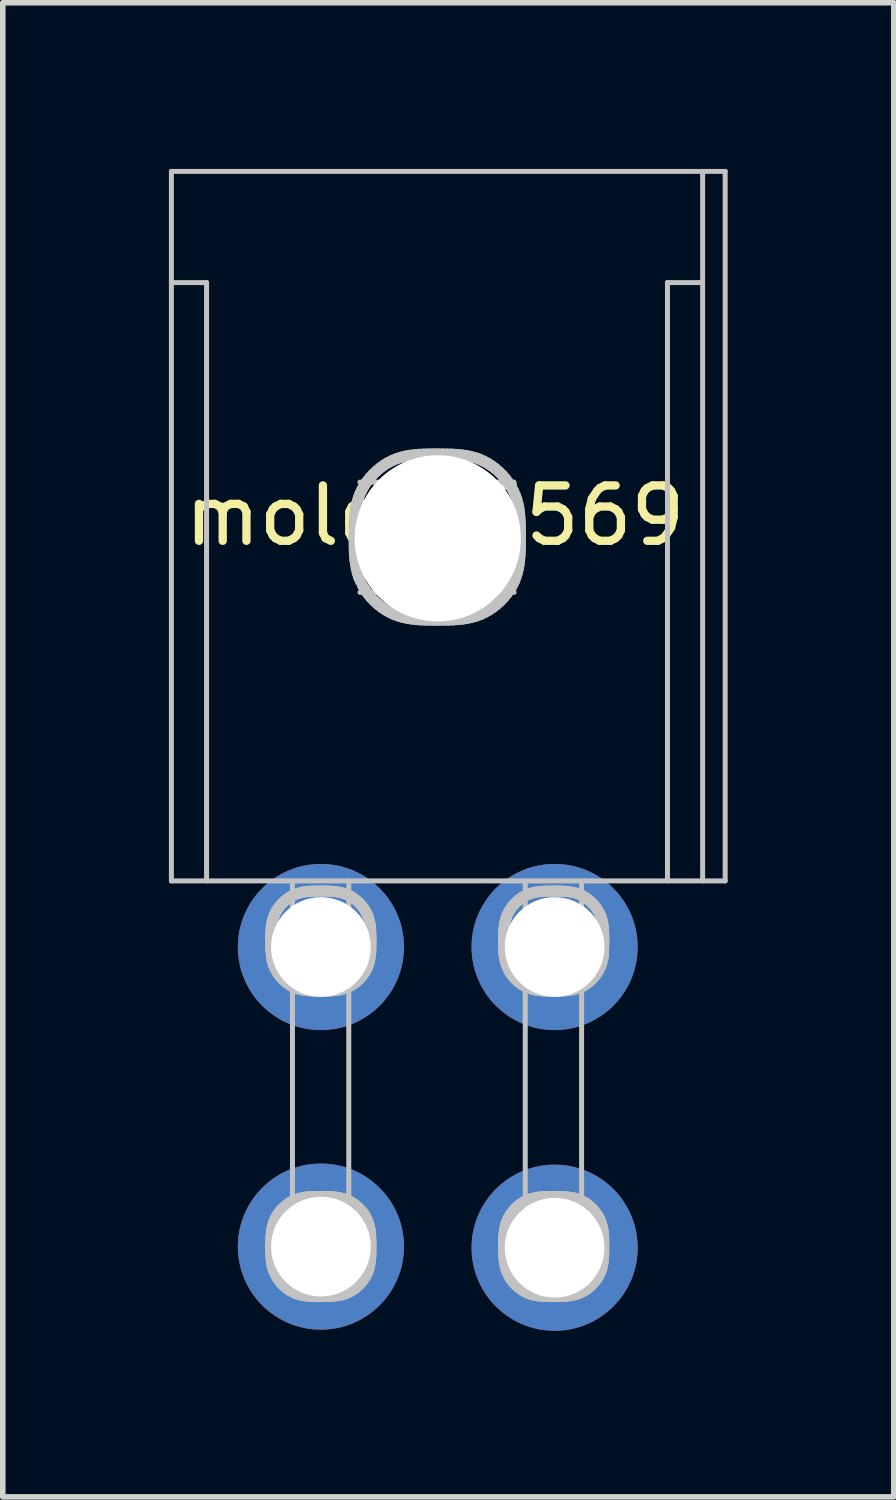
<source format=kicad_pcb>
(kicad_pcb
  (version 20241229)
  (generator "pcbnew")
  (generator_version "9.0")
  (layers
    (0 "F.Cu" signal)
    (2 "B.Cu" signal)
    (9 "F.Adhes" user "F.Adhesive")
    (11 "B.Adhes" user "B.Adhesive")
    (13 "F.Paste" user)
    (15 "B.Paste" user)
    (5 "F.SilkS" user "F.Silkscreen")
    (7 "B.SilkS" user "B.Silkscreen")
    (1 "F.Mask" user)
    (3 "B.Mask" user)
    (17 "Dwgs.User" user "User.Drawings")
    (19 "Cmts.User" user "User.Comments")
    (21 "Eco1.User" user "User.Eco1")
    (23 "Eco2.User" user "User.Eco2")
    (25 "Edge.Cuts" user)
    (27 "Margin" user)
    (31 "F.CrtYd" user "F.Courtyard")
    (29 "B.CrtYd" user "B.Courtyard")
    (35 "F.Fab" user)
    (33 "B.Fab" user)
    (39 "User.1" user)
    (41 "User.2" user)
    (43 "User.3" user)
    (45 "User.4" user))
  (footprint "molex 5569"
    (layer "F.Cu")
    (at 4.805 6.761)
    (property "Reference" "molex 5569" (at 0 -0.5 0) (unlocked yes) (layer "F.SilkS") (effects (font (size 1 1) (thickness 0.15))))
    (attr through_hole)
    (fp_line (start -4.76 -6.716) (end 5.24 -6.716) (stroke (width 0.09) (type solid)) (layer "Dwgs.User"))
    (fp_line (start -4.76 6.096) (end -4.76 -6.716) (stroke (width 0.09) (type solid)) (layer "Dwgs.User"))
    (fp_line (start -4.76 6.096) (end 5.24 6.096) (stroke (width 0.09) (type solid)) (layer "Dwgs.User"))
    (fp_line (start -4.735 -4.708) (end -4.125 -4.708) (stroke (width 0.09) (type solid)) (layer "Dwgs.User"))
    (fp_line (start -4.125 6.096) (end -4.125 -4.708) (stroke (width 0.09) (type solid)) (layer "Dwgs.User"))
    (fp_line (start -2.962 7.112) (end -2.962 7.133) (stroke (width 0.2) (type solid)) (layer "Dwgs.User"))
    (fp_line (start -2.962 7.133) (end -2.962 7.15) (stroke (width 0.2) (type solid)) (layer "Dwgs.User"))
    (fp_line (start -2.962 7.15) (end -2.962 7.165) (stroke (width 0.2) (type solid)) (layer "Dwgs.User"))
    (fp_line (start -2.962 7.165) (end -2.962 7.178) (stroke (width 0.2) (type solid)) (layer "Dwgs.User"))
    (fp_line (start -2.962 7.178) (end -2.962 7.191) (stroke (width 0.2) (type solid)) (layer "Dwgs.User"))
    (fp_line (start -2.962 7.191) (end -2.962 7.204) (stroke (width 0.2) (type solid)) (layer "Dwgs.User"))
    (fp_line (start -2.962 7.204) (end -2.962 7.22) (stroke (width 0.2) (type solid)) (layer "Dwgs.User"))
    (fp_line (start -2.962 7.22) (end -2.962 7.238) (stroke (width 0.2) (type solid)) (layer "Dwgs.User"))
    (fp_line (start -2.962 7.238) (end -2.962 7.26) (stroke (width 0.2) (type solid)) (layer "Dwgs.User"))
    (fp_line (start -2.962 7.26) (end -2.962 7.287) (stroke (width 0.2) (type solid)) (layer "Dwgs.User"))
    (fp_line (start -2.962 12.628) (end -2.962 12.649) (stroke (width 0.2) (type solid)) (layer "Dwgs.User"))
    (fp_line (start -2.962 12.649) (end -2.962 12.666) (stroke (width 0.2) (type solid)) (layer "Dwgs.User"))
    (fp_line (start -2.962 12.666) (end -2.962 12.681) (stroke (width 0.2) (type solid)) (layer "Dwgs.User"))
    (fp_line (start -2.962 12.681) (end -2.962 12.694) (stroke (width 0.2) (type solid)) (layer "Dwgs.User"))
    (fp_line (start -2.962 12.694) (end -2.962 12.707) (stroke (width 0.2) (type solid)) (layer "Dwgs.User"))
    (fp_line (start -2.962 12.707) (end -2.962 12.72) (stroke (width 0.2) (type solid)) (layer "Dwgs.User"))
    (fp_line (start -2.962 12.72) (end -2.962 12.736) (stroke (width 0.2) (type solid)) (layer "Dwgs.User"))
    (fp_line (start -2.962 12.736) (end -2.962 12.754) (stroke (width 0.2) (type solid)) (layer "Dwgs.User"))
    (fp_line (start -2.962 12.754) (end -2.962 12.776) (stroke (width 0.2) (type solid)) (layer "Dwgs.User"))
    (fp_line (start -2.962 12.776) (end -2.962 12.803) (stroke (width 0.2) (type solid)) (layer "Dwgs.User"))
    (fp_line (start -2.962 7.087) (end -2.962 7.112) (stroke (width 0.2) (type solid)) (layer "Dwgs.User"))
    (fp_line (start -2.962 12.603) (end -2.962 12.628) (stroke (width 0.2) (type solid)) (layer "Dwgs.User"))
    (fp_line (start -2.962 7.287) (end -2.962 7.318) (stroke (width 0.2) (type solid)) (layer "Dwgs.User"))
    (fp_line (start -2.962 12.803) (end -2.962 12.834) (stroke (width 0.2) (type solid)) (layer "Dwgs.User"))
    (fp_line (start -2.962 7.057) (end -2.962 7.087) (stroke (width 0.2) (type solid)) (layer "Dwgs.User"))
    (fp_line (start -2.962 12.573) (end -2.962 12.603) (stroke (width 0.2) (type solid)) (layer "Dwgs.User"))
    (fp_line (start -2.962 7.318) (end -2.961 7.354) (stroke (width 0.2) (type solid)) (layer "Dwgs.User"))
    (fp_line (start -2.962 12.834) (end -2.961 12.87) (stroke (width 0.2) (type solid)) (layer "Dwgs.User"))
    (fp_line (start -2.961 7.022) (end -2.962 7.057) (stroke (width 0.2) (type solid)) (layer "Dwgs.User"))
    (fp_line (start -2.961 12.538) (end -2.962 12.573) (stroke (width 0.2) (type solid)) (layer "Dwgs.User"))
    (fp_line (start -2.961 7.354) (end -2.958 7.393) (stroke (width 0.2) (type solid)) (layer "Dwgs.User"))
    (fp_line (start -2.961 12.87) (end -2.958 12.909) (stroke (width 0.2) (type solid)) (layer "Dwgs.User"))
    (fp_line (start -2.959 6.984) (end -2.961 7.022) (stroke (width 0.2) (type solid)) (layer "Dwgs.User"))
    (fp_line (start -2.959 12.5) (end -2.961 12.538) (stroke (width 0.2) (type solid)) (layer "Dwgs.User"))
    (fp_line (start -2.958 7.393) (end -2.954 7.435) (stroke (width 0.2) (type solid)) (layer "Dwgs.User"))
    (fp_line (start -2.958 12.909) (end -2.954 12.951) (stroke (width 0.2) (type solid)) (layer "Dwgs.User"))
    (fp_line (start -2.956 6.943) (end -2.959 6.984) (stroke (width 0.2) (type solid)) (layer "Dwgs.User"))
    (fp_line (start -2.956 12.459) (end -2.959 12.5) (stroke (width 0.2) (type solid)) (layer "Dwgs.User"))
    (fp_line (start -2.954 7.435) (end -2.948 7.479) (stroke (width 0.2) (type solid)) (layer "Dwgs.User"))
    (fp_line (start -2.954 12.951) (end -2.948 12.995) (stroke (width 0.2) (type solid)) (layer "Dwgs.User"))
    (fp_line (start -2.95 6.899) (end -2.956 6.943) (stroke (width 0.2) (type solid)) (layer "Dwgs.User"))
    (fp_line (start -2.95 12.415) (end -2.956 12.459) (stroke (width 0.2) (type solid)) (layer "Dwgs.User"))
    (fp_line (start -2.948 7.479) (end -2.94 7.525) (stroke (width 0.2) (type solid)) (layer "Dwgs.User"))
    (fp_line (start -2.948 12.995) (end -2.94 13.041) (stroke (width 0.2) (type solid)) (layer "Dwgs.User"))
    (fp_line (start -2.943 6.854) (end -2.95 6.899) (stroke (width 0.2) (type solid)) (layer "Dwgs.User"))
    (fp_line (start -2.943 12.37) (end -2.95 12.415) (stroke (width 0.2) (type solid)) (layer "Dwgs.User"))
    (fp_line (start -2.94 7.525) (end -2.928 7.572) (stroke (width 0.2) (type solid)) (layer "Dwgs.User"))
    (fp_line (start -2.94 13.041) (end -2.928 13.088) (stroke (width 0.2) (type solid)) (layer "Dwgs.User"))
    (fp_line (start -2.932 6.808) (end -2.943 6.854) (stroke (width 0.2) (type solid)) (layer "Dwgs.User"))
    (fp_line (start -2.932 12.324) (end -2.943 12.37) (stroke (width 0.2) (type solid)) (layer "Dwgs.User"))
    (fp_line (start -2.928 7.572) (end -2.913 7.618) (stroke (width 0.2) (type solid)) (layer "Dwgs.User"))
    (fp_line (start -2.928 13.088) (end -2.913 13.134) (stroke (width 0.2) (type solid)) (layer "Dwgs.User"))
    (fp_line (start -2.918 6.761) (end -2.932 6.808) (stroke (width 0.2) (type solid)) (layer "Dwgs.User"))
    (fp_line (start -2.918 12.277) (end -2.932 12.324) (stroke (width 0.2) (type solid)) (layer "Dwgs.User"))
    (fp_line (start -2.913 7.618) (end -2.895 7.665) (stroke (width 0.2) (type solid)) (layer "Dwgs.User"))
    (fp_line (start -2.913 13.134) (end -2.895 13.181) (stroke (width 0.2) (type solid)) (layer "Dwgs.User"))
    (fp_line (start -2.901 6.714) (end -2.918 6.761) (stroke (width 0.2) (type solid)) (layer "Dwgs.User"))
    (fp_line (start -2.901 12.23) (end -2.918 12.277) (stroke (width 0.2) (type solid)) (layer "Dwgs.User"))
    (fp_line (start -2.895 7.665) (end -2.872 7.711) (stroke (width 0.09) (type solid)) (layer "Dwgs.User"))
    (fp_line (start -2.895 13.181) (end -2.872 13.227) (stroke (width 0.09) (type solid)) (layer "Dwgs.User"))
    (fp_line (start -2.88 6.668) (end -2.901 6.714) (stroke (width 0.2) (type solid)) (layer "Dwgs.User"))
    (fp_line (start -2.88 12.184) (end -2.901 12.23) (stroke (width 0.2) (type solid)) (layer "Dwgs.User"))
    (fp_line (start -2.872 7.711) (end -2.845 7.755) (stroke (width 0.2) (type solid)) (layer "Dwgs.User"))
    (fp_line (start -2.872 13.227) (end -2.845 13.271) (stroke (width 0.2) (type solid)) (layer "Dwgs.User"))
    (fp_line (start -2.854 6.623) (end -2.88 6.668) (stroke (width 0.2) (type solid)) (layer "Dwgs.User"))
    (fp_line (start -2.854 12.139) (end -2.88 12.184) (stroke (width 0.2) (type solid)) (layer "Dwgs.User"))
    (fp_line (start -2.845 7.755) (end -2.815 7.798) (stroke (width 0.2) (type solid)) (layer "Dwgs.User"))
    (fp_line (start -2.845 13.271) (end -2.815 13.314) (stroke (width 0.2) (type solid)) (layer "Dwgs.User"))
    (fp_line (start -2.825 6.58) (end -2.854 6.623) (stroke (width 0.2) (type solid)) (layer "Dwgs.User"))
    (fp_line (start -2.825 12.096) (end -2.854 12.139) (stroke (width 0.2) (type solid)) (layer "Dwgs.User"))
    (fp_line (start -2.815 7.798) (end -2.782 7.838) (stroke (width 0.2) (type solid)) (layer "Dwgs.User"))
    (fp_line (start -2.815 13.314) (end -2.782 13.354) (stroke (width 0.2) (type solid)) (layer "Dwgs.User"))
    (fp_line (start -2.792 6.539) (end -2.825 6.58) (stroke (width 0.2) (type solid)) (layer "Dwgs.User"))
    (fp_line (start -2.792 12.055) (end -2.825 12.096) (stroke (width 0.2) (type solid)) (layer "Dwgs.User"))
    (fp_line (start -2.782 7.838) (end -2.745 7.877) (stroke (width 0.2) (type solid)) (layer "Dwgs.User"))
    (fp_line (start -2.782 13.354) (end -2.745 13.393) (stroke (width 0.2) (type solid)) (layer "Dwgs.User"))
    (fp_line (start -2.757 6.5) (end -2.792 6.539) (stroke (width 0.2) (type solid)) (layer "Dwgs.User"))
    (fp_line (start -2.757 12.016) (end -2.792 12.055) (stroke (width 0.2) (type solid)) (layer "Dwgs.User"))
    (fp_line (start -2.745 7.877) (end -2.707 7.912) (stroke (width 0.2) (type solid)) (layer "Dwgs.User"))
    (fp_line (start -2.745 13.393) (end -2.707 13.428) (stroke (width 0.2) (type solid)) (layer "Dwgs.User"))
    (fp_line (start -2.719 6.463) (end -2.757 6.5) (stroke (width 0.2) (type solid)) (layer "Dwgs.User"))
    (fp_line (start -2.719 11.979) (end -2.757 12.016) (stroke (width 0.2) (type solid)) (layer "Dwgs.User"))
    (fp_line (start -2.707 7.912) (end -2.665 7.945) (stroke (width 0.2) (type solid)) (layer "Dwgs.User"))
    (fp_line (start -2.707 13.428) (end -2.665 13.461) (stroke (width 0.2) (type solid)) (layer "Dwgs.User"))
    (fp_line (start -2.678 6.429) (end -2.719 6.463) (stroke (width 0.2) (type solid)) (layer "Dwgs.User"))
    (fp_line (start -2.678 11.945) (end -2.719 11.979) (stroke (width 0.2) (type solid)) (layer "Dwgs.User"))
    (fp_line (start -2.665 7.945) (end -2.622 7.975) (stroke (width 0.2) (type solid)) (layer "Dwgs.User"))
    (fp_line (start -2.665 13.461) (end -2.622 13.491) (stroke (width 0.2) (type solid)) (layer "Dwgs.User"))
    (fp_line (start -2.636 6.399) (end -2.678 6.429) (stroke (width 0.2) (type solid)) (layer "Dwgs.User"))
    (fp_line (start -2.636 11.915) (end -2.678 11.945) (stroke (width 0.2) (type solid)) (layer "Dwgs.User"))
    (fp_line (start -2.622 7.975) (end -2.578 8) (stroke (width 0.2) (type solid)) (layer "Dwgs.User"))
    (fp_line (start -2.622 13.491) (end -2.578 13.516) (stroke (width 0.2) (type solid)) (layer "Dwgs.User"))
    (fp_line (start -2.592 6.372) (end -2.636 6.399) (stroke (width 0.2) (type solid)) (layer "Dwgs.User"))
    (fp_line (start -2.592 11.888) (end -2.636 11.915) (stroke (width 0.2) (type solid)) (layer "Dwgs.User"))
    (fp_line (start -2.578 8) (end -2.532 8.022) (stroke (width 0.2) (type solid)) (layer "Dwgs.User"))
    (fp_line (start -2.578 13.516) (end -2.532 13.538) (stroke (width 0.2) (type solid)) (layer "Dwgs.User"))
    (fp_line (start -2.574 6.68) (end -2.383 6.871) (stroke (width 0.09) (type solid)) (layer "Dwgs.User"))
    (fp_line (start -2.574 6.68) (end -1.557 6.68) (stroke (width 0.09) (type solid)) (layer "Dwgs.User"))
    (fp_line (start -2.574 7.697) (end -2.383 7.506) (stroke (width 0.09) (type solid)) (layer "Dwgs.User"))
    (fp_line (start -2.574 7.697) (end -1.557 7.697) (stroke (width 0.09) (type solid)) (layer "Dwgs.User"))
    (fp_line (start -2.574 12.196) (end -2.383 12.387) (stroke (width 0.09) (type solid)) (layer "Dwgs.User"))
    (fp_line (start -2.574 12.196) (end -1.557 12.196) (stroke (width 0.09) (type solid)) (layer "Dwgs.User"))
    (fp_line (start -2.574 13.213) (end -2.574 6.096) (stroke (width 0.09) (type solid)) (layer "Dwgs.User"))
    (fp_line (start -2.574 13.213) (end -2.383 13.022) (stroke (width 0.09) (type solid)) (layer "Dwgs.User"))
    (fp_line (start -2.574 13.213) (end -1.557 13.213) (stroke (width 0.09) (type solid)) (layer "Dwgs.User"))
    (fp_line (start -2.546 6.349) (end -2.592 6.372) (stroke (width 0.2) (type solid)) (layer "Dwgs.User"))
    (fp_line (start -2.546 11.865) (end -2.592 11.888) (stroke (width 0.2) (type solid)) (layer "Dwgs.User"))
    (fp_line (start -2.532 8.022) (end -2.485 8.04) (stroke (width 0.2) (type solid)) (layer "Dwgs.User"))
    (fp_line (start -2.532 13.538) (end -2.485 13.556) (stroke (width 0.2) (type solid)) (layer "Dwgs.User"))
    (fp_line (start -2.499 6.33) (end -2.546 6.349) (stroke (width 0.2) (type solid)) (layer "Dwgs.User"))
    (fp_line (start -2.499 11.846) (end -2.546 11.865) (stroke (width 0.2) (type solid)) (layer "Dwgs.User"))
    (fp_line (start -2.485 8.04) (end -2.437 8.054) (stroke (width 0.2) (type solid)) (layer "Dwgs.User"))
    (fp_line (start -2.485 13.556) (end -2.437 13.57) (stroke (width 0.2) (type solid)) (layer "Dwgs.User"))
    (fp_line (start -2.452 6.315) (end -2.499 6.33) (stroke (width 0.2) (type solid)) (layer "Dwgs.User"))
    (fp_line (start -2.452 11.831) (end -2.499 11.846) (stroke (width 0.2) (type solid)) (layer "Dwgs.User"))
    (fp_line (start -2.437 8.054) (end -2.389 8.065) (stroke (width 0.2) (type solid)) (layer "Dwgs.User"))
    (fp_line (start -2.437 13.57) (end -2.389 13.581) (stroke (width 0.2) (type solid)) (layer "Dwgs.User"))
    (fp_line (start -2.404 6.303) (end -2.452 6.315) (stroke (width 0.2) (type solid)) (layer "Dwgs.User"))
    (fp_line (start -2.404 11.819) (end -2.452 11.831) (stroke (width 0.2) (type solid)) (layer "Dwgs.User"))
    (fp_line (start -2.389 8.065) (end -2.339 8.073) (stroke (width 0.2) (type solid)) (layer "Dwgs.User"))
    (fp_line (start -2.389 13.581) (end -2.339 13.589) (stroke (width 0.2) (type solid)) (layer "Dwgs.User"))
    (fp_line (start -2.383 6.871) (end -1.748 6.871) (stroke (width 0.09) (type solid)) (layer "Dwgs.User"))
    (fp_line (start -2.383 7.506) (end -2.383 6.871) (stroke (width 0.09) (type solid)) (layer "Dwgs.User"))
    (fp_line (start -2.383 7.506) (end -1.748 7.506) (stroke (width 0.09) (type solid)) (layer "Dwgs.User"))
    (fp_line (start -2.383 12.387) (end -1.748 12.387) (stroke (width 0.09) (type solid)) (layer "Dwgs.User"))
    (fp_line (start -2.383 13.022) (end -2.383 12.387) (stroke (width 0.09) (type solid)) (layer "Dwgs.User"))
    (fp_line (start -2.383 13.022) (end -1.748 13.022) (stroke (width 0.09) (type solid)) (layer "Dwgs.User"))
    (fp_line (start -2.355 6.294) (end -2.404 6.303) (stroke (width 0.2) (type solid)) (layer "Dwgs.User"))
    (fp_line (start -2.355 11.81) (end -2.404 11.819) (stroke (width 0.2) (type solid)) (layer "Dwgs.User"))
    (fp_line (start -2.339 8.073) (end -2.29 8.078) (stroke (width 0.2) (type solid)) (layer "Dwgs.User"))
    (fp_line (start -2.339 13.589) (end -2.29 13.594) (stroke (width 0.2) (type solid)) (layer "Dwgs.User"))
    (fp_line (start -2.305 6.288) (end -2.355 6.294) (stroke (width 0.2) (type solid)) (layer "Dwgs.User"))
    (fp_line (start -2.305 11.804) (end -2.355 11.81) (stroke (width 0.2) (type solid)) (layer "Dwgs.User"))
    (fp_line (start -2.29 8.078) (end -2.24 8.082) (stroke (width 0.2) (type solid)) (layer "Dwgs.User"))
    (fp_line (start -2.29 13.594) (end -2.24 13.598) (stroke (width 0.2) (type solid)) (layer "Dwgs.User"))
    (fp_line (start -2.255 6.284) (end -2.305 6.288) (stroke (width 0.2) (type solid)) (layer "Dwgs.User"))
    (fp_line (start -2.255 11.8) (end -2.305 11.804) (stroke (width 0.2) (type solid)) (layer "Dwgs.User"))
    (fp_line (start -2.24 8.082) (end -2.189 8.084) (stroke (width 0.2) (type solid)) (layer "Dwgs.User"))
    (fp_line (start -2.24 13.598) (end -2.189 13.6) (stroke (width 0.2) (type solid)) (layer "Dwgs.User"))
    (fp_line (start -2.205 6.282) (end -2.255 6.284) (stroke (width 0.2) (type solid)) (layer "Dwgs.User"))
    (fp_line (start -2.205 11.798) (end -2.255 11.8) (stroke (width 0.2) (type solid)) (layer "Dwgs.User"))
    (fp_line (start -2.189 8.084) (end -2.138 8.085) (stroke (width 0.2) (type solid)) (layer "Dwgs.User"))
    (fp_line (start -2.189 13.6) (end -2.138 13.601) (stroke (width 0.2) (type solid)) (layer "Dwgs.User"))
    (fp_line (start -2.154 6.28) (end -2.205 6.282) (stroke (width 0.2) (type solid)) (layer "Dwgs.User"))
    (fp_line (start -2.154 11.796) (end -2.205 11.798) (stroke (width 0.2) (type solid)) (layer "Dwgs.User"))
    (fp_line (start -2.138 8.085) (end -2.087 8.085) (stroke (width 0.2) (type solid)) (layer "Dwgs.User"))
    (fp_line (start -2.138 13.601) (end -2.087 13.601) (stroke (width 0.2) (type solid)) (layer "Dwgs.User"))
    (fp_line (start -2.103 6.28) (end -2.154 6.28) (stroke (width 0.2) (type solid)) (layer "Dwgs.User"))
    (fp_line (start -2.103 11.796) (end -2.154 11.796) (stroke (width 0.2) (type solid)) (layer "Dwgs.User"))
    (fp_line (start -2.087 8.085) (end -2.036 8.085) (stroke (width 0.2) (type solid)) (layer "Dwgs.User"))
    (fp_line (start -2.087 13.601) (end -2.036 13.601) (stroke (width 0.2) (type solid)) (layer "Dwgs.User"))
    (fp_line (start -2.052 6.28) (end -2.103 6.28) (stroke (width 0.2) (type solid)) (layer "Dwgs.User"))
    (fp_line (start -2.052 11.796) (end -2.103 11.796) (stroke (width 0.2) (type solid)) (layer "Dwgs.User"))
    (fp_line (start -2.036 8.085) (end -1.985 8.085) (stroke (width 0.2) (type solid)) (layer "Dwgs.User"))
    (fp_line (start -2.036 13.601) (end -1.985 13.601) (stroke (width 0.2) (type solid)) (layer "Dwgs.User"))
    (fp_line (start -2.001 6.28) (end -2.052 6.28) (stroke (width 0.2) (type solid)) (layer "Dwgs.User"))
    (fp_line (start -2.001 11.796) (end -2.052 11.796) (stroke (width 0.2) (type solid)) (layer "Dwgs.User"))
    (fp_line (start -1.985 8.085) (end -1.934 8.084) (stroke (width 0.2) (type solid)) (layer "Dwgs.User"))
    (fp_line (start -1.985 13.601) (end -1.934 13.6) (stroke (width 0.2) (type solid)) (layer "Dwgs.User"))
    (fp_line (start -1.95 6.281) (end -2.001 6.28) (stroke (width 0.2) (type solid)) (layer "Dwgs.User"))
    (fp_line (start -1.95 11.797) (end -2.001 11.796) (stroke (width 0.2) (type solid)) (layer "Dwgs.User"))
    (fp_line (start -1.934 8.084) (end -1.884 8.082) (stroke (width 0.2) (type solid)) (layer "Dwgs.User"))
    (fp_line (start -1.934 13.6) (end -1.884 13.598) (stroke (width 0.2) (type solid)) (layer "Dwgs.User"))
    (fp_line (start -1.899 6.282) (end -1.95 6.281) (stroke (width 0.2) (type solid)) (layer "Dwgs.User"))
    (fp_line (start -1.899 11.798) (end -1.95 11.797) (stroke (width 0.2) (type solid)) (layer "Dwgs.User"))
    (fp_line (start -1.884 8.082) (end -1.834 8.078) (stroke (width 0.2) (type solid)) (layer "Dwgs.User"))
    (fp_line (start -1.884 13.598) (end -1.834 13.594) (stroke (width 0.2) (type solid)) (layer "Dwgs.User"))
    (fp_line (start -1.849 6.285) (end -1.899 6.282) (stroke (width 0.2) (type solid)) (layer "Dwgs.User"))
    (fp_line (start -1.849 11.801) (end -1.899 11.798) (stroke (width 0.2) (type solid)) (layer "Dwgs.User"))
    (fp_line (start -1.834 8.078) (end -1.784 8.073) (stroke (width 0.2) (type solid)) (layer "Dwgs.User"))
    (fp_line (start -1.834 13.594) (end -1.784 13.589) (stroke (width 0.2) (type solid)) (layer "Dwgs.User"))
    (fp_line (start -1.799 6.29) (end -1.849 6.285) (stroke (width 0.2) (type solid)) (layer "Dwgs.User"))
    (fp_line (start -1.799 11.806) (end -1.849 11.801) (stroke (width 0.2) (type solid)) (layer "Dwgs.User"))
    (fp_line (start -1.784 8.073) (end -1.735 8.065) (stroke (width 0.2) (type solid)) (layer "Dwgs.User"))
    (fp_line (start -1.784 13.589) (end -1.735 13.581) (stroke (width 0.2) (type solid)) (layer "Dwgs.User"))
    (fp_line (start -1.75 6.297) (end -1.799 6.29) (stroke (width 0.2) (type solid)) (layer "Dwgs.User"))
    (fp_line (start -1.75 11.813) (end -1.799 11.806) (stroke (width 0.2) (type solid)) (layer "Dwgs.User"))
    (fp_line (start -1.748 6.871) (end -1.557 6.68) (stroke (width 0.09) (type solid)) (layer "Dwgs.User"))
    (fp_line (start -1.748 7.506) (end -1.748 6.871) (stroke (width 0.09) (type solid)) (layer "Dwgs.User"))
    (fp_line (start -1.748 7.506) (end -1.557 7.697) (stroke (width 0.09) (type solid)) (layer "Dwgs.User"))
    (fp_line (start -1.748 12.387) (end -1.557 12.196) (stroke (width 0.09) (type solid)) (layer "Dwgs.User"))
    (fp_line (start -1.748 13.022) (end -1.748 12.387) (stroke (width 0.09) (type solid)) (layer "Dwgs.User"))
    (fp_line (start -1.748 13.022) (end -1.557 13.213) (stroke (width 0.09) (type solid)) (layer "Dwgs.User"))
    (fp_line (start -1.735 8.065) (end -1.686 8.055) (stroke (width 0.2) (type solid)) (layer "Dwgs.User"))
    (fp_line (start -1.735 13.581) (end -1.686 13.571) (stroke (width 0.2) (type solid)) (layer "Dwgs.User"))
    (fp_line (start -1.701 6.306) (end -1.75 6.297) (stroke (width 0.2) (type solid)) (layer "Dwgs.User"))
    (fp_line (start -1.701 11.822) (end -1.75 11.813) (stroke (width 0.2) (type solid)) (layer "Dwgs.User"))
    (fp_line (start -1.686 8.055) (end -1.638 8.041) (stroke (width 0.2) (type solid)) (layer "Dwgs.User"))
    (fp_line (start -1.686 13.571) (end -1.638 13.557) (stroke (width 0.2) (type solid)) (layer "Dwgs.User"))
    (fp_line (start -1.653 6.319) (end -1.701 6.306) (stroke (width 0.2) (type solid)) (layer "Dwgs.User"))
    (fp_line (start -1.653 11.835) (end -1.701 11.822) (stroke (width 0.2) (type solid)) (layer "Dwgs.User"))
    (fp_line (start -1.638 8.041) (end -1.591 8.024) (stroke (width 0.2) (type solid)) (layer "Dwgs.User"))
    (fp_line (start -1.638 13.557) (end -1.591 13.54) (stroke (width 0.2) (type solid)) (layer "Dwgs.User"))
    (fp_line (start -1.606 6.335) (end -1.653 6.319) (stroke (width 0.2) (type solid)) (layer "Dwgs.User"))
    (fp_line (start -1.606 11.851) (end -1.653 11.835) (stroke (width 0.2) (type solid)) (layer "Dwgs.User"))
    (fp_line (start -1.591 8.024) (end -1.545 8.002) (stroke (width 0.2) (type solid)) (layer "Dwgs.User"))
    (fp_line (start -1.591 13.54) (end -1.545 13.518) (stroke (width 0.2) (type solid)) (layer "Dwgs.User"))
    (fp_line (start -1.559 6.356) (end -1.606 6.335) (stroke (width 0.2) (type solid)) (layer "Dwgs.User"))
    (fp_line (start -1.559 11.872) (end -1.606 11.851) (stroke (width 0.2) (type solid)) (layer "Dwgs.User"))
    (fp_line (start -1.557 13.213) (end -1.557 6.096) (stroke (width 0.09) (type solid)) (layer "Dwgs.User"))
    (fp_line (start -1.545 8.002) (end -1.501 7.977) (stroke (width 0.2) (type solid)) (layer "Dwgs.User"))
    (fp_line (start -1.545 13.518) (end -1.501 13.493) (stroke (width 0.2) (type solid)) (layer "Dwgs.User"))
    (fp_line (start -1.514 6.38) (end -1.559 6.356) (stroke (width 0.2) (type solid)) (layer "Dwgs.User"))
    (fp_line (start -1.514 11.896) (end -1.559 11.872) (stroke (width 0.2) (type solid)) (layer "Dwgs.User"))
    (fp_line (start -1.501 7.977) (end -1.457 7.948) (stroke (width 0.2) (type solid)) (layer "Dwgs.User"))
    (fp_line (start -1.501 13.493) (end -1.457 13.464) (stroke (width 0.2) (type solid)) (layer "Dwgs.User"))
    (fp_line (start -1.471 6.408) (end -1.514 6.38) (stroke (width 0.2) (type solid)) (layer "Dwgs.User"))
    (fp_line (start -1.471 11.924) (end -1.514 11.896) (stroke (width 0.2) (type solid)) (layer "Dwgs.User"))
    (fp_line (start -1.457 7.948) (end -1.416 7.915) (stroke (width 0.2) (type solid)) (layer "Dwgs.User"))
    (fp_line (start -1.457 13.464) (end -1.416 13.431) (stroke (width 0.2) (type solid)) (layer "Dwgs.User"))
    (fp_line (start -1.457 -0.229) (end -1.457 -0.195) (stroke (width 0.2) (type solid)) (layer "Dwgs.User"))
    (fp_line (start -1.457 -0.195) (end -1.457 -0.166) (stroke (width 0.2) (type solid)) (layer "Dwgs.User"))
    (fp_line (start -1.457 -0.166) (end -1.457 -0.142) (stroke (width 0.2) (type solid)) (layer "Dwgs.User"))
    (fp_line (start -1.457 -0.142) (end -1.457 -0.12) (stroke (width 0.2) (type solid)) (layer "Dwgs.User"))
    (fp_line (start -1.457 -0.12) (end -1.457 -0.099) (stroke (width 0.2) (type solid)) (layer "Dwgs.User"))
    (fp_line (start -1.457 -0.099) (end -1.457 -0.077) (stroke (width 0.2) (type solid)) (layer "Dwgs.User"))
    (fp_line (start -1.457 -0.077) (end -1.457 -0.051) (stroke (width 0.2) (type solid)) (layer "Dwgs.User"))
    (fp_line (start -1.457 -0.051) (end -1.457 -0.021) (stroke (width 0.2) (type solid)) (layer "Dwgs.User"))
    (fp_line (start -1.457 -0.021) (end -1.457 0.016) (stroke (width 0.2) (type solid)) (layer "Dwgs.User"))
    (fp_line (start -1.457 0.016) (end -1.457 0.06) (stroke (width 0.2) (type solid)) (layer "Dwgs.User"))
    (fp_line (start -1.457 -0.271) (end -1.457 -0.229) (stroke (width 0.2) (type solid)) (layer "Dwgs.User"))
    (fp_line (start -1.457 0.06) (end -1.457 0.113) (stroke (width 0.2) (type solid)) (layer "Dwgs.User"))
    (fp_line (start -1.457 -0.322) (end -1.457 -0.271) (stroke (width 0.2) (type solid)) (layer "Dwgs.User"))
    (fp_line (start -1.457 0.113) (end -1.455 0.172) (stroke (width 0.2) (type solid)) (layer "Dwgs.User"))
    (fp_line (start -1.456 -0.379) (end -1.457 -0.322) (stroke (width 0.2) (type solid)) (layer "Dwgs.User"))
    (fp_line (start -1.455 0.172) (end -1.451 0.237) (stroke (width 0.2) (type solid)) (layer "Dwgs.User"))
    (fp_line (start -1.452 -0.442) (end -1.456 -0.379) (stroke (width 0.2) (type solid)) (layer "Dwgs.User"))
    (fp_line (start -1.451 0.237) (end -1.444 0.307) (stroke (width 0.2) (type solid)) (layer "Dwgs.User"))
    (fp_line (start -1.447 -0.511) (end -1.452 -0.442) (stroke (width 0.2) (type solid)) (layer "Dwgs.User"))
    (fp_line (start -1.444 0.307) (end -1.434 0.38) (stroke (width 0.2) (type solid)) (layer "Dwgs.User"))
    (fp_line (start -1.438 -0.583) (end -1.447 -0.511) (stroke (width 0.2) (type solid)) (layer "Dwgs.User"))
    (fp_line (start -1.434 0.38) (end -1.42 0.456) (stroke (width 0.2) (type solid)) (layer "Dwgs.User"))
    (fp_line (start -1.429 6.439) (end -1.471 6.408) (stroke (width 0.2) (type solid)) (layer "Dwgs.User"))
    (fp_line (start -1.429 11.955) (end -1.471 11.924) (stroke (width 0.2) (type solid)) (layer "Dwgs.User"))
    (fp_line (start -1.425 -0.659) (end -1.438 -0.583) (stroke (width 0.2) (type solid)) (layer "Dwgs.User"))
    (fp_line (start -1.42 0.456) (end -1.401 0.534) (stroke (width 0.2) (type solid)) (layer "Dwgs.User"))
    (fp_line (start -1.416 7.915) (end -1.377 7.88) (stroke (width 0.2) (type solid)) (layer "Dwgs.User"))
    (fp_line (start -1.416 13.431) (end -1.377 13.396) (stroke (width 0.2) (type solid)) (layer "Dwgs.User"))
    (fp_line (start -1.408 -0.736) (end -1.425 -0.659) (stroke (width 0.2) (type solid)) (layer "Dwgs.User"))
    (fp_line (start -1.401 0.534) (end -1.376 0.612) (stroke (width 0.2) (type solid)) (layer "Dwgs.User"))
    (fp_line (start -1.389 6.474) (end -1.429 6.439) (stroke (width 0.2) (type solid)) (layer "Dwgs.User"))
    (fp_line (start -1.389 11.99) (end -1.429 11.955) (stroke (width 0.2) (type solid)) (layer "Dwgs.User"))
    (fp_line (start -1.385 -0.814) (end -1.408 -0.736) (stroke (width 0.2) (type solid)) (layer "Dwgs.User"))
    (fp_line (start -1.377 7.88) (end -1.34 7.841) (stroke (width 0.2) (type solid)) (layer "Dwgs.User"))
    (fp_line (start -1.377 13.396) (end -1.34 13.357) (stroke (width 0.2) (type solid)) (layer "Dwgs.User"))
    (fp_line (start -1.376 0.612) (end -1.345 0.689) (stroke (width 0.2) (type solid)) (layer "Dwgs.User"))
    (fp_line (start -1.356 -0.891) (end -1.385 -0.814) (stroke (width 0.2) (type solid)) (layer "Dwgs.User"))
    (fp_line (start -1.355 -1.104) (end -0.828 -1.104) (stroke (width 0.09) (type solid)) (layer "Dwgs.User"))
    (fp_line (start -1.355 0.886) (end -0.828 0.886) (stroke (width 0.09) (type solid)) (layer "Dwgs.User"))
    (fp_line (start -1.351 6.511) (end -1.389 6.474) (stroke (width 0.2) (type solid)) (layer "Dwgs.User"))
    (fp_line (start -1.351 12.027) (end -1.389 11.99) (stroke (width 0.2) (type solid)) (layer "Dwgs.User"))
    (fp_line (start -1.345 0.689) (end -1.308 0.765) (stroke (width 0.09) (type solid)) (layer "Dwgs.User"))
    (fp_line (start -1.34 7.841) (end -1.307 7.801) (stroke (width 0.2) (type solid)) (layer "Dwgs.User"))
    (fp_line (start -1.34 13.357) (end -1.307 13.317) (stroke (width 0.2) (type solid)) (layer "Dwgs.User"))
    (fp_line (start -1.32 -0.968) (end -1.356 -0.891) (stroke (width 0.2) (type solid)) (layer "Dwgs.User"))
    (fp_line (start -1.317 6.551) (end -1.351 6.511) (stroke (width 0.2) (type solid)) (layer "Dwgs.User"))
    (fp_line (start -1.317 12.067) (end -1.351 12.027) (stroke (width 0.2) (type solid)) (layer "Dwgs.User"))
    (fp_line (start -1.308 0.765) (end -1.263 0.839) (stroke (width 0.2) (type solid)) (layer "Dwgs.User"))
    (fp_line (start -1.307 7.801) (end -1.276 7.758) (stroke (width 0.2) (type solid)) (layer "Dwgs.User"))
    (fp_line (start -1.307 13.317) (end -1.276 13.274) (stroke (width 0.2) (type solid)) (layer "Dwgs.User"))
    (fp_line (start -1.285 6.593) (end -1.317 6.551) (stroke (width 0.2) (type solid)) (layer "Dwgs.User"))
    (fp_line (start -1.285 12.109) (end -1.317 12.067) (stroke (width 0.2) (type solid)) (layer "Dwgs.User"))
    (fp_line (start -1.278 -1.042) (end -1.32 -0.968) (stroke (width 0.2) (type solid)) (layer "Dwgs.User"))
    (fp_line (start -1.276 7.758) (end -1.249 7.714) (stroke (width 0.2) (type solid)) (layer "Dwgs.User"))
    (fp_line (start -1.276 13.274) (end -1.249 13.23) (stroke (width 0.2) (type solid)) (layer "Dwgs.User"))
    (fp_line (start -1.263 0.839) (end -1.213 0.91) (stroke (width 0.2) (type solid)) (layer "Dwgs.User"))
    (fp_line (start -1.257 6.637) (end -1.285 6.593) (stroke (width 0.2) (type solid)) (layer "Dwgs.User"))
    (fp_line (start -1.257 12.153) (end -1.285 12.109) (stroke (width 0.2) (type solid)) (layer "Dwgs.User"))
    (fp_line (start -1.249 7.714) (end -1.226 7.669) (stroke (width 0.2) (type solid)) (layer "Dwgs.User"))
    (fp_line (start -1.249 13.23) (end -1.226 13.185) (stroke (width 0.2) (type solid)) (layer "Dwgs.User"))
    (fp_line (start -1.233 6.682) (end -1.257 6.637) (stroke (width 0.2) (type solid)) (layer "Dwgs.User"))
    (fp_line (start -1.233 12.198) (end -1.257 12.153) (stroke (width 0.2) (type solid)) (layer "Dwgs.User"))
    (fp_line (start -1.229 -1.114) (end -1.278 -1.042) (stroke (width 0.2) (type solid)) (layer "Dwgs.User"))
    (fp_line (start -1.226 7.669) (end -1.207 7.622) (stroke (width 0.2) (type solid)) (layer "Dwgs.User"))
    (fp_line (start -1.226 13.185) (end -1.207 13.138) (stroke (width 0.2) (type solid)) (layer "Dwgs.User"))
    (fp_line (start -1.213 0.91) (end -1.158 0.977) (stroke (width 0.2) (type solid)) (layer "Dwgs.User"))
    (fp_line (start -1.213 6.728) (end -1.233 6.682) (stroke (width 0.2) (type solid)) (layer "Dwgs.User"))
    (fp_line (start -1.213 12.244) (end -1.233 12.198) (stroke (width 0.2) (type solid)) (layer "Dwgs.User"))
    (fp_line (start -1.207 7.622) (end -1.192 7.575) (stroke (width 0.2) (type solid)) (layer "Dwgs.User"))
    (fp_line (start -1.207 13.138) (end -1.192 13.091) (stroke (width 0.2) (type solid)) (layer "Dwgs.User"))
    (fp_line (start -1.197 6.776) (end -1.213 6.728) (stroke (width 0.2) (type solid)) (layer "Dwgs.User"))
    (fp_line (start -1.197 12.292) (end -1.213 12.244) (stroke (width 0.2) (type solid)) (layer "Dwgs.User"))
    (fp_line (start -1.192 7.575) (end -1.181 7.526) (stroke (width 0.2) (type solid)) (layer "Dwgs.User"))
    (fp_line (start -1.192 13.091) (end -1.181 13.042) (stroke (width 0.2) (type solid)) (layer "Dwgs.User"))
    (fp_line (start -1.184 6.824) (end -1.197 6.776) (stroke (width 0.2) (type solid)) (layer "Dwgs.User"))
    (fp_line (start -1.184 12.34) (end -1.197 12.292) (stroke (width 0.2) (type solid)) (layer "Dwgs.User"))
    (fp_line (start -1.181 7.526) (end -1.172 7.477) (stroke (width 0.2) (type solid)) (layer "Dwgs.User"))
    (fp_line (start -1.181 13.042) (end -1.172 12.993) (stroke (width 0.2) (type solid)) (layer "Dwgs.User"))
    (fp_line (start -1.175 -1.183) (end -1.229 -1.114) (stroke (width 0.2) (type solid)) (layer "Dwgs.User"))
    (fp_line (start -1.174 6.872) (end -1.184 6.824) (stroke (width 0.2) (type solid)) (layer "Dwgs.User"))
    (fp_line (start -1.174 12.388) (end -1.184 12.34) (stroke (width 0.2) (type solid)) (layer "Dwgs.User"))
    (fp_line (start -1.172 7.477) (end -1.166 7.428) (stroke (width 0.2) (type solid)) (layer "Dwgs.User"))
    (fp_line (start -1.172 12.993) (end -1.166 12.944) (stroke (width 0.2) (type solid)) (layer "Dwgs.User"))
    (fp_line (start -1.167 6.922) (end -1.174 6.872) (stroke (width 0.2) (type solid)) (layer "Dwgs.User"))
    (fp_line (start -1.167 12.438) (end -1.174 12.388) (stroke (width 0.2) (type solid)) (layer "Dwgs.User"))
    (fp_line (start -1.166 7.428) (end -1.161 7.378) (stroke (width 0.2) (type solid)) (layer "Dwgs.User"))
    (fp_line (start -1.166 12.944) (end -1.161 12.894) (stroke (width 0.2) (type solid)) (layer "Dwgs.User"))
    (fp_line (start -1.163 6.972) (end -1.167 6.922) (stroke (width 0.2) (type solid)) (layer "Dwgs.User"))
    (fp_line (start -1.163 12.488) (end -1.167 12.438) (stroke (width 0.2) (type solid)) (layer "Dwgs.User"))
    (fp_line (start -1.161 7.378) (end -1.159 7.327) (stroke (width 0.2) (type solid)) (layer "Dwgs.User"))
    (fp_line (start -1.161 12.894) (end -1.159 12.843) (stroke (width 0.2) (type solid)) (layer "Dwgs.User"))
    (fp_line (start -1.16 7.022) (end -1.163 6.972) (stroke (width 0.2) (type solid)) (layer "Dwgs.User"))
    (fp_line (start -1.16 12.538) (end -1.163 12.488) (stroke (width 0.2) (type solid)) (layer "Dwgs.User"))
    (fp_line (start -1.159 7.327) (end -1.158 7.276) (stroke (width 0.2) (type solid)) (layer "Dwgs.User"))
    (fp_line (start -1.159 12.843) (end -1.158 12.792) (stroke (width 0.2) (type solid)) (layer "Dwgs.User"))
    (fp_line (start -1.158 7.073) (end -1.16 7.022) (stroke (width 0.2) (type solid)) (layer "Dwgs.User"))
    (fp_line (start -1.158 12.589) (end -1.16 12.538) (stroke (width 0.2) (type solid)) (layer "Dwgs.User"))
    (fp_line (start -1.158 7.276) (end -1.157 7.226) (stroke (width 0.2) (type solid)) (layer "Dwgs.User"))
    (fp_line (start -1.158 12.792) (end -1.157 12.742) (stroke (width 0.2) (type solid)) (layer "Dwgs.User"))
    (fp_line (start -1.158 0.977) (end -1.097 1.041) (stroke (width 0.2) (type solid)) (layer "Dwgs.User"))
    (fp_line (start -1.157 7.124) (end -1.158 7.073) (stroke (width 0.2) (type solid)) (layer "Dwgs.User"))
    (fp_line (start -1.157 12.64) (end -1.158 12.589) (stroke (width 0.2) (type solid)) (layer "Dwgs.User"))
    (fp_line (start -1.157 7.226) (end -1.157 7.175) (stroke (width 0.2) (type solid)) (layer "Dwgs.User"))
    (fp_line (start -1.157 12.742) (end -1.157 12.691) (stroke (width 0.2) (type solid)) (layer "Dwgs.User"))
    (fp_line (start -1.157 7.175) (end -1.157 7.124) (stroke (width 0.2) (type solid)) (layer "Dwgs.User"))
    (fp_line (start -1.157 12.691) (end -1.157 12.64) (stroke (width 0.2) (type solid)) (layer "Dwgs.User"))
    (fp_line (start -1.116 -1.248) (end -1.175 -1.183) (stroke (width 0.2) (type solid)) (layer "Dwgs.User"))
    (fp_line (start -1.097 1.041) (end -1.033 1.1) (stroke (width 0.2) (type solid)) (layer "Dwgs.User"))
    (fp_line (start -1.053 -1.308) (end -1.116 -1.248) (stroke (width 0.2) (type solid)) (layer "Dwgs.User"))
    (fp_line (start -1.033 1.1) (end -0.964 1.155) (stroke (width 0.2) (type solid)) (layer "Dwgs.User"))
    (fp_line (start -0.986 -1.364) (end -1.053 -1.308) (stroke (width 0.2) (type solid)) (layer "Dwgs.User"))
    (fp_line (start -0.964 1.155) (end -0.893 1.204) (stroke (width 0.2) (type solid)) (layer "Dwgs.User"))
    (fp_line (start -0.915 -1.415) (end -0.986 -1.364) (stroke (width 0.2) (type solid)) (layer "Dwgs.User"))
    (fp_line (start -0.893 1.204) (end -0.818 1.246) (stroke (width 0.2) (type solid)) (layer "Dwgs.User"))
    (fp_line (start -0.841 -1.46) (end -0.915 -1.415) (stroke (width 0.2) (type solid)) (layer "Dwgs.User"))
    (fp_line (start -0.828 0.886) (end -0.828 -1.104) (stroke (width 0.09) (type solid)) (layer "Dwgs.User"))
    (fp_line (start -0.818 1.246) (end -0.742 1.283) (stroke (width 0.2) (type solid)) (layer "Dwgs.User"))
    (fp_line (start -0.766 -1.498) (end -0.841 -1.46) (stroke (width 0.2) (type solid)) (layer "Dwgs.User"))
    (fp_line (start -0.742 1.283) (end -0.664 1.312) (stroke (width 0.2) (type solid)) (layer "Dwgs.User"))
    (fp_line (start -0.688 -1.53) (end -0.766 -1.498) (stroke (width 0.2) (type solid)) (layer "Dwgs.User"))
    (fp_line (start -0.664 1.312) (end -0.585 1.335) (stroke (width 0.2) (type solid)) (layer "Dwgs.User"))
    (fp_line (start -0.609 -1.555) (end -0.688 -1.53) (stroke (width 0.2) (type solid)) (layer "Dwgs.User"))
    (fp_line (start -0.585 1.335) (end -0.504 1.353) (stroke (width 0.2) (type solid)) (layer "Dwgs.User"))
    (fp_line (start -0.529 -1.574) (end -0.609 -1.555) (stroke (width 0.2) (type solid)) (layer "Dwgs.User"))
    (fp_line (start -0.504 1.353) (end -0.422 1.366) (stroke (width 0.2) (type solid)) (layer "Dwgs.User"))
    (fp_line (start -0.448 -1.589) (end -0.529 -1.574) (stroke (width 0.2) (type solid)) (layer "Dwgs.User"))
    (fp_line (start -0.422 1.366) (end -0.34 1.376) (stroke (width 0.2) (type solid)) (layer "Dwgs.User"))
    (fp_line (start -0.365 -1.599) (end -0.448 -1.589) (stroke (width 0.2) (type solid)) (layer "Dwgs.User"))
    (fp_line (start -0.34 1.376) (end -0.256 1.382) (stroke (width 0.2) (type solid)) (layer "Dwgs.User"))
    (fp_line (start -0.282 -1.606) (end -0.365 -1.599) (stroke (width 0.2) (type solid)) (layer "Dwgs.User"))
    (fp_line (start -0.256 1.382) (end -0.172 1.385) (stroke (width 0.2) (type solid)) (layer "Dwgs.User"))
    (fp_line (start -0.198 -1.61) (end -0.282 -1.606) (stroke (width 0.2) (type solid)) (layer "Dwgs.User"))
    (fp_line (start -0.172 1.385) (end -0.088 1.386) (stroke (width 0.2) (type solid)) (layer "Dwgs.User"))
    (fp_line (start -0.114 -1.612) (end -0.198 -1.61) (stroke (width 0.2) (type solid)) (layer "Dwgs.User"))
    (fp_line (start -0.088 1.386) (end -0.003 1.387) (stroke (width 0.2) (type solid)) (layer "Dwgs.User"))
    (fp_line (start -0.029 -1.613) (end -0.114 -1.612) (stroke (width 0.2) (type solid)) (layer "Dwgs.User"))
    (fp_line (start -0.003 1.387) (end 0.081 1.387) (stroke (width 0.2) (type solid)) (layer "Dwgs.User"))
    (fp_line (start 0.055 -1.613) (end -0.029 -1.613) (stroke (width 0.2) (type solid)) (layer "Dwgs.User"))
    (fp_line (start 0.081 1.387) (end 0.166 1.386) (stroke (width 0.2) (type solid)) (layer "Dwgs.User"))
    (fp_line (start 0.14 -1.612) (end 0.055 -1.613) (stroke (width 0.2) (type solid)) (layer "Dwgs.User"))
    (fp_line (start 0.166 1.386) (end 0.251 1.385) (stroke (width 0.2) (type solid)) (layer "Dwgs.User"))
    (fp_line (start 0.225 -1.611) (end 0.14 -1.612) (stroke (width 0.2) (type solid)) (layer "Dwgs.User"))
    (fp_line (start 0.251 1.385) (end 0.335 1.382) (stroke (width 0.2) (type solid)) (layer "Dwgs.User"))
    (fp_line (start 0.309 -1.609) (end 0.225 -1.611) (stroke (width 0.2) (type solid)) (layer "Dwgs.User"))
    (fp_line (start 0.335 1.382) (end 0.418 1.376) (stroke (width 0.2) (type solid)) (layer "Dwgs.User"))
    (fp_line (start 0.393 -1.604) (end 0.309 -1.609) (stroke (width 0.2) (type solid)) (layer "Dwgs.User"))
    (fp_line (start 0.418 1.376) (end 0.501 1.367) (stroke (width 0.2) (type solid)) (layer "Dwgs.User"))
    (fp_line (start 0.475 -1.596) (end 0.393 -1.604) (stroke (width 0.2) (type solid)) (layer "Dwgs.User"))
    (fp_line (start 0.501 1.367) (end 0.583 1.354) (stroke (width 0.2) (type solid)) (layer "Dwgs.User"))
    (fp_line (start 0.558 -1.585) (end 0.475 -1.596) (stroke (width 0.2) (type solid)) (layer "Dwgs.User"))
    (fp_line (start 0.583 1.354) (end 0.663 1.337) (stroke (width 0.2) (type solid)) (layer "Dwgs.User"))
    (fp_line (start 0.639 -1.569) (end 0.558 -1.585) (stroke (width 0.2) (type solid)) (layer "Dwgs.User"))
    (fp_line (start 0.663 1.337) (end 0.743 1.314) (stroke (width 0.2) (type solid)) (layer "Dwgs.User"))
    (fp_line (start 0.718 -1.548) (end 0.639 -1.569) (stroke (width 0.2) (type solid)) (layer "Dwgs.User"))
    (fp_line (start 0.743 1.314) (end 0.821 1.285) (stroke (width 0.2) (type solid)) (layer "Dwgs.User"))
    (fp_line (start 0.797 -1.521) (end 0.718 -1.548) (stroke (width 0.2) (type solid)) (layer "Dwgs.User"))
    (fp_line (start 0.821 1.285) (end 0.897 1.249) (stroke (width 0.2) (type solid)) (layer "Dwgs.User"))
    (fp_line (start 0.874 -1.487) (end 0.797 -1.521) (stroke (width 0.2) (type solid)) (layer "Dwgs.User"))
    (fp_line (start 0.897 1.249) (end 0.972 1.207) (stroke (width 0.2) (type solid)) (layer "Dwgs.User"))
    (fp_line (start 0.901 -1.104) (end 1.428 -1.104) (stroke (width 0.09) (type solid)) (layer "Dwgs.User"))
    (fp_line (start 0.901 0.886) (end 0.901 -1.104) (stroke (width 0.09) (type solid)) (layer "Dwgs.User"))
    (fp_line (start 0.901 0.886) (end 1.428 0.886) (stroke (width 0.09) (type solid)) (layer "Dwgs.User"))
    (fp_line (start 0.949 -1.447) (end 0.874 -1.487) (stroke (width 0.2) (type solid)) (layer "Dwgs.User"))
    (fp_line (start 0.972 1.207) (end 1.043 1.159) (stroke (width 0.2) (type solid)) (layer "Dwgs.User"))
    (fp_line (start 1.022 -1.4) (end 0.949 -1.447) (stroke (width 0.2) (type solid)) (layer "Dwgs.User"))
    (fp_line (start 1.043 1.159) (end 1.112 1.105) (stroke (width 0.2) (type solid)) (layer "Dwgs.User"))
    (fp_line (start 1.091 -1.348) (end 1.022 -1.4) (stroke (width 0.2) (type solid)) (layer "Dwgs.User"))
    (fp_line (start 1.112 1.105) (end 1.177 1.046) (stroke (width 0.2) (type solid)) (layer "Dwgs.User"))
    (fp_line (start 1.157 -1.29) (end 1.091 -1.348) (stroke (width 0.2) (type solid)) (layer "Dwgs.User"))
    (fp_line (start 1.177 1.046) (end 1.238 0.982) (stroke (width 0.2) (type solid)) (layer "Dwgs.User"))
    (fp_line (start 1.22 -1.228) (end 1.157 -1.29) (stroke (width 0.2) (type solid)) (layer "Dwgs.User"))
    (fp_line (start 1.238 0.982) (end 1.294 0.915) (stroke (width 0.2) (type solid)) (layer "Dwgs.User"))
    (fp_line (start 1.242 7.112) (end 1.242 7.133) (stroke (width 0.2) (type solid)) (layer "Dwgs.User"))
    (fp_line (start 1.242 7.133) (end 1.242 7.15) (stroke (width 0.2) (type solid)) (layer "Dwgs.User"))
    (fp_line (start 1.242 7.15) (end 1.242 7.165) (stroke (width 0.2) (type solid)) (layer "Dwgs.User"))
    (fp_line (start 1.242 7.165) (end 1.242 7.178) (stroke (width 0.2) (type solid)) (layer "Dwgs.User"))
    (fp_line (start 1.242 7.178) (end 1.242 7.191) (stroke (width 0.2) (type solid)) (layer "Dwgs.User"))
    (fp_line (start 1.242 7.191) (end 1.242 7.204) (stroke (width 0.2) (type solid)) (layer "Dwgs.User"))
    (fp_line (start 1.242 7.204) (end 1.242 7.22) (stroke (width 0.2) (type solid)) (layer "Dwgs.User"))
    (fp_line (start 1.242 7.22) (end 1.242 7.238) (stroke (width 0.2) (type solid)) (layer "Dwgs.User"))
    (fp_line (start 1.242 7.238) (end 1.242 7.26) (stroke (width 0.2) (type solid)) (layer "Dwgs.User"))
    (fp_line (start 1.242 7.26) (end 1.242 7.287) (stroke (width 0.2) (type solid)) (layer "Dwgs.User"))
    (fp_line (start 1.242 12.628) (end 1.242 12.649) (stroke (width 0.2) (type solid)) (layer "Dwgs.User"))
    (fp_line (start 1.242 12.649) (end 1.242 12.666) (stroke (width 0.2) (type solid)) (layer "Dwgs.User"))
    (fp_line (start 1.242 12.666) (end 1.242 12.681) (stroke (width 0.2) (type solid)) (layer "Dwgs.User"))
    (fp_line (start 1.242 12.681) (end 1.242 12.694) (stroke (width 0.2) (type solid)) (layer "Dwgs.User"))
    (fp_line (start 1.242 12.694) (end 1.242 12.707) (stroke (width 0.2) (type solid)) (layer "Dwgs.User"))
    (fp_line (start 1.242 12.707) (end 1.242 12.72) (stroke (width 0.2) (type solid)) (layer "Dwgs.User"))
    (fp_line (start 1.242 12.72) (end 1.242 12.736) (stroke (width 0.2) (type solid)) (layer "Dwgs.User"))
    (fp_line (start 1.242 12.736) (end 1.242 12.754) (stroke (width 0.2) (type solid)) (layer "Dwgs.User"))
    (fp_line (start 1.242 12.754) (end 1.242 12.776) (stroke (width 0.2) (type solid)) (layer "Dwgs.User"))
    (fp_line (start 1.242 12.776) (end 1.242 12.803) (stroke (width 0.2) (type solid)) (layer "Dwgs.User"))
    (fp_line (start 1.242 7.087) (end 1.242 7.112) (stroke (width 0.2) (type solid)) (layer "Dwgs.User"))
    (fp_line (start 1.242 12.603) (end 1.242 12.628) (stroke (width 0.2) (type solid)) (layer "Dwgs.User"))
    (fp_line (start 1.242 7.287) (end 1.243 7.318) (stroke (width 0.2) (type solid)) (layer "Dwgs.User"))
    (fp_line (start 1.242 12.803) (end 1.243 12.834) (stroke (width 0.2) (type solid)) (layer "Dwgs.User"))
    (fp_line (start 1.242 7.057) (end 1.242 7.087) (stroke (width 0.2) (type solid)) (layer "Dwgs.User"))
    (fp_line (start 1.242 12.573) (end 1.242 12.603) (stroke (width 0.2) (type solid)) (layer "Dwgs.User"))
    (fp_line (start 1.243 7.318) (end 1.244 7.354) (stroke (width 0.2) (type solid)) (layer "Dwgs.User"))
    (fp_line (start 1.243 12.834) (end 1.244 12.87) (stroke (width 0.2) (type solid)) (layer "Dwgs.User"))
    (fp_line (start 1.243 7.022) (end 1.242 7.057) (stroke (width 0.2) (type solid)) (layer "Dwgs.User"))
    (fp_line (start 1.243 12.538) (end 1.242 12.573) (stroke (width 0.2) (type solid)) (layer "Dwgs.User"))
    (fp_line (start 1.244 7.354) (end 1.246 7.393) (stroke (width 0.2) (type solid)) (layer "Dwgs.User"))
    (fp_line (start 1.244 12.87) (end 1.246 12.909) (stroke (width 0.2) (type solid)) (layer "Dwgs.User"))
    (fp_line (start 1.245 6.984) (end 1.243 7.022) (stroke (width 0.2) (type solid)) (layer "Dwgs.User"))
    (fp_line (start 1.245 12.5) (end 1.243 12.538) (stroke (width 0.2) (type solid)) (layer "Dwgs.User"))
    (fp_line (start 1.246 7.393) (end 1.25 7.435) (stroke (width 0.2) (type solid)) (layer "Dwgs.User"))
    (fp_line (start 1.246 12.909) (end 1.25 12.951) (stroke (width 0.2) (type solid)) (layer "Dwgs.User"))
    (fp_line (start 1.249 6.943) (end 1.245 6.984) (stroke (width 0.2) (type solid)) (layer "Dwgs.User"))
    (fp_line (start 1.249 12.459) (end 1.245 12.5) (stroke (width 0.2) (type solid)) (layer "Dwgs.User"))
    (fp_line (start 1.25 7.435) (end 1.256 7.479) (stroke (width 0.2) (type solid)) (layer "Dwgs.User"))
    (fp_line (start 1.25 12.951) (end 1.256 12.995) (stroke (width 0.2) (type solid)) (layer "Dwgs.User"))
    (fp_line (start 1.254 6.899) (end 1.249 6.943) (stroke (width 0.2) (type solid)) (layer "Dwgs.User"))
    (fp_line (start 1.254 12.415) (end 1.249 12.459) (stroke (width 0.2) (type solid)) (layer "Dwgs.User"))
    (fp_line (start 1.256 7.479) (end 1.265 7.525) (stroke (width 0.2) (type solid)) (layer "Dwgs.User"))
    (fp_line (start 1.256 12.995) (end 1.265 13.041) (stroke (width 0.2) (type solid)) (layer "Dwgs.User"))
    (fp_line (start 1.262 6.854) (end 1.254 6.899) (stroke (width 0.2) (type solid)) (layer "Dwgs.User"))
    (fp_line (start 1.262 12.37) (end 1.254 12.415) (stroke (width 0.2) (type solid)) (layer "Dwgs.User"))
    (fp_line (start 1.265 7.525) (end 1.276 7.572) (stroke (width 0.2) (type solid)) (layer "Dwgs.User"))
    (fp_line (start 1.265 13.041) (end 1.276 13.088) (stroke (width 0.2) (type solid)) (layer "Dwgs.User"))
    (fp_line (start 1.272 6.808) (end 1.262 6.854) (stroke (width 0.2) (type solid)) (layer "Dwgs.User"))
    (fp_line (start 1.272 12.324) (end 1.262 12.37) (stroke (width 0.2) (type solid)) (layer "Dwgs.User"))
    (fp_line (start 1.276 7.572) (end 1.291 7.618) (stroke (width 0.2) (type solid)) (layer "Dwgs.User"))
    (fp_line (start 1.276 13.088) (end 1.291 13.134) (stroke (width 0.2) (type solid)) (layer "Dwgs.User"))
    (fp_line (start 1.277 -1.162) (end 1.22 -1.228) (stroke (width 0.2) (type solid)) (layer "Dwgs.User"))
    (fp_line (start 1.286 6.761) (end 1.272 6.808) (stroke (width 0.2) (type solid)) (layer "Dwgs.User"))
    (fp_line (start 1.286 12.277) (end 1.272 12.324) (stroke (width 0.2) (type solid)) (layer "Dwgs.User"))
    (fp_line (start 1.291 7.618) (end 1.31 7.665) (stroke (width 0.2) (type solid)) (layer "Dwgs.User"))
    (fp_line (start 1.291 13.134) (end 1.31 13.181) (stroke (width 0.2) (type solid)) (layer "Dwgs.User"))
    (fp_line (start 1.294 0.915) (end 1.344 0.844) (stroke (width 0.2) (type solid)) (layer "Dwgs.User"))
    (fp_line (start 1.303 6.714) (end 1.286 6.761) (stroke (width 0.2) (type solid)) (layer "Dwgs.User"))
    (fp_line (start 1.303 12.23) (end 1.286 12.277) (stroke (width 0.2) (type solid)) (layer "Dwgs.User"))
    (fp_line (start 1.31 7.665) (end 1.332 7.711) (stroke (width 0.09) (type solid)) (layer "Dwgs.User"))
    (fp_line (start 1.31 13.181) (end 1.332 13.227) (stroke (width 0.09) (type solid)) (layer "Dwgs.User"))
    (fp_line (start 1.325 6.668) (end 1.303 6.714) (stroke (width 0.2) (type solid)) (layer "Dwgs.User"))
    (fp_line (start 1.325 12.184) (end 1.303 12.23) (stroke (width 0.2) (type solid)) (layer "Dwgs.User"))
    (fp_line (start 1.329 -1.092) (end 1.277 -1.162) (stroke (width 0.2) (type solid)) (layer "Dwgs.User"))
    (fp_line (start 1.332 7.711) (end 1.359 7.755) (stroke (width 0.2) (type solid)) (layer "Dwgs.User"))
    (fp_line (start 1.332 13.227) (end 1.359 13.271) (stroke (width 0.2) (type solid)) (layer "Dwgs.User"))
    (fp_line (start 1.344 0.844) (end 1.389 0.771) (stroke (width 0.2) (type solid)) (layer "Dwgs.User"))
    (fp_line (start 1.35 6.623) (end 1.325 6.668) (stroke (width 0.2) (type solid)) (layer "Dwgs.User"))
    (fp_line (start 1.35 12.139) (end 1.325 12.184) (stroke (width 0.2) (type solid)) (layer "Dwgs.User"))
    (fp_line (start 1.359 7.755) (end 1.389 7.798) (stroke (width 0.2) (type solid)) (layer "Dwgs.User"))
    (fp_line (start 1.359 13.271) (end 1.389 13.314) (stroke (width 0.2) (type solid)) (layer "Dwgs.User"))
    (fp_line (start 1.376 -1.02) (end 1.329 -1.092) (stroke (width 0.2) (type solid)) (layer "Dwgs.User"))
    (fp_line (start 1.379 6.58) (end 1.35 6.623) (stroke (width 0.2) (type solid)) (layer "Dwgs.User"))
    (fp_line (start 1.379 12.096) (end 1.35 12.139) (stroke (width 0.2) (type solid)) (layer "Dwgs.User"))
    (fp_line (start 1.389 7.798) (end 1.423 7.838) (stroke (width 0.2) (type solid)) (layer "Dwgs.User"))
    (fp_line (start 1.389 13.314) (end 1.423 13.354) (stroke (width 0.2) (type solid)) (layer "Dwgs.User"))
    (fp_line (start 1.389 0.771) (end 1.428 0.695) (stroke (width 0.2) (type solid)) (layer "Dwgs.User"))
    (fp_line (start 1.412 6.539) (end 1.379 6.58) (stroke (width 0.2) (type solid)) (layer "Dwgs.User"))
    (fp_line (start 1.412 12.055) (end 1.379 12.096) (stroke (width 0.2) (type solid)) (layer "Dwgs.User"))
    (fp_line (start 1.416 -0.944) (end 1.376 -1.02) (stroke (width 0.2) (type solid)) (layer "Dwgs.User"))
    (fp_line (start 1.423 7.838) (end 1.459 7.877) (stroke (width 0.2) (type solid)) (layer "Dwgs.User"))
    (fp_line (start 1.423 13.354) (end 1.459 13.393) (stroke (width 0.2) (type solid)) (layer "Dwgs.User"))
    (fp_line (start 1.428 0.695) (end 1.459 0.618) (stroke (width 0.2) (type solid)) (layer "Dwgs.User"))
    (fp_line (start 1.447 6.5) (end 1.412 6.539) (stroke (width 0.2) (type solid)) (layer "Dwgs.User"))
    (fp_line (start 1.447 12.016) (end 1.412 12.055) (stroke (width 0.2) (type solid)) (layer "Dwgs.User"))
    (fp_line (start 1.45 -0.868) (end 1.416 -0.944) (stroke (width 0.2) (type solid)) (layer "Dwgs.User"))
    (fp_line (start 1.459 7.877) (end 1.498 7.912) (stroke (width 0.2) (type solid)) (layer "Dwgs.User"))
    (fp_line (start 1.459 13.393) (end 1.498 13.428) (stroke (width 0.2) (type solid)) (layer "Dwgs.User"))
    (fp_line (start 1.459 0.618) (end 1.484 0.539) (stroke (width 0.2) (type solid)) (layer "Dwgs.User"))
    (fp_line (start 1.477 -0.789) (end 1.45 -0.868) (stroke (width 0.2) (type solid)) (layer "Dwgs.User"))
    (fp_line (start 1.484 0.539) (end 1.504 0.459) (stroke (width 0.2) (type solid)) (layer "Dwgs.User"))
    (fp_line (start 1.486 6.463) (end 1.447 6.5) (stroke (width 0.2) (type solid)) (layer "Dwgs.User"))
    (fp_line (start 1.486 11.979) (end 1.447 12.016) (stroke (width 0.2) (type solid)) (layer "Dwgs.User"))
    (fp_line (start 1.498 7.912) (end 1.539 7.945) (stroke (width 0.2) (type solid)) (layer "Dwgs.User"))
    (fp_line (start 1.498 13.428) (end 1.539 13.461) (stroke (width 0.2) (type solid)) (layer "Dwgs.User"))
    (fp_line (start 1.498 -0.709) (end 1.477 -0.789) (stroke (width 0.2) (type solid)) (layer "Dwgs.User"))
    (fp_line (start 1.504 0.459) (end 1.518 0.377) (stroke (width 0.2) (type solid)) (layer "Dwgs.User"))
    (fp_line (start 1.514 -0.628) (end 1.498 -0.709) (stroke (width 0.2) (type solid)) (layer "Dwgs.User"))
    (fp_line (start 1.518 0.377) (end 1.528 0.295) (stroke (width 0.2) (type solid)) (layer "Dwgs.User"))
    (fp_line (start 1.526 -0.546) (end 1.514 -0.628) (stroke (width 0.2) (type solid)) (layer "Dwgs.User"))
    (fp_line (start 1.526 6.429) (end 1.486 6.463) (stroke (width 0.2) (type solid)) (layer "Dwgs.User"))
    (fp_line (start 1.526 11.945) (end 1.486 11.979) (stroke (width 0.2) (type solid)) (layer "Dwgs.User"))
    (fp_line (start 1.528 0.295) (end 1.535 0.212) (stroke (width 0.2) (type solid)) (layer "Dwgs.User"))
    (fp_line (start 1.533 -0.463) (end 1.526 -0.546) (stroke (width 0.2) (type solid)) (layer "Dwgs.User"))
    (fp_line (start 1.535 0.212) (end 1.539 0.128) (stroke (width 0.2) (type solid)) (layer "Dwgs.User"))
    (fp_line (start 1.538 -0.379) (end 1.533 -0.463) (stroke (width 0.2) (type solid)) (layer "Dwgs.User"))
    (fp_line (start 1.539 7.945) (end 1.582 7.975) (stroke (width 0.2) (type solid)) (layer "Dwgs.User"))
    (fp_line (start 1.539 13.461) (end 1.582 13.491) (stroke (width 0.2) (type solid)) (layer "Dwgs.User"))
    (fp_line (start 1.539 0.128) (end 1.541 0.043) (stroke (width 0.2) (type solid)) (layer "Dwgs.User"))
    (fp_line (start 1.541 -0.295) (end 1.538 -0.379) (stroke (width 0.2) (type solid)) (layer "Dwgs.User"))
    (fp_line (start 1.541 0.043) (end 1.542 -0.041) (stroke (width 0.2) (type solid)) (layer "Dwgs.User"))
    (fp_line (start 1.542 -0.211) (end 1.541 -0.295) (stroke (width 0.2) (type solid)) (layer "Dwgs.User"))
    (fp_line (start 1.542 -0.041) (end 1.542 -0.126) (stroke (width 0.2) (type solid)) (layer "Dwgs.User"))
    (fp_line (start 1.542 -0.126) (end 1.542 -0.211) (stroke (width 0.2) (type solid)) (layer "Dwgs.User"))
    (fp_line (start 1.569 6.399) (end 1.526 6.429) (stroke (width 0.2) (type solid)) (layer "Dwgs.User"))
    (fp_line (start 1.569 11.915) (end 1.526 11.945) (stroke (width 0.2) (type solid)) (layer "Dwgs.User"))
    (fp_line (start 1.582 7.975) (end 1.627 8) (stroke (width 0.2) (type solid)) (layer "Dwgs.User"))
    (fp_line (start 1.582 13.491) (end 1.627 13.516) (stroke (width 0.2) (type solid)) (layer "Dwgs.User"))
    (fp_line (start 1.613 6.372) (end 1.569 6.399) (stroke (width 0.2) (type solid)) (layer "Dwgs.User"))
    (fp_line (start 1.613 11.888) (end 1.569 11.915) (stroke (width 0.2) (type solid)) (layer "Dwgs.User"))
    (fp_line (start 1.627 8) (end 1.673 8.022) (stroke (width 0.2) (type solid)) (layer "Dwgs.User"))
    (fp_line (start 1.627 13.516) (end 1.673 13.538) (stroke (width 0.2) (type solid)) (layer "Dwgs.User"))
    (fp_line (start 1.63 6.68) (end 1.821 6.871) (stroke (width 0.09) (type solid)) (layer "Dwgs.User"))
    (fp_line (start 1.63 6.68) (end 2.647 6.68) (stroke (width 0.09) (type solid)) (layer "Dwgs.User"))
    (fp_line (start 1.63 7.697) (end 1.821 7.506) (stroke (width 0.09) (type solid)) (layer "Dwgs.User"))
    (fp_line (start 1.63 7.697) (end 2.647 7.697) (stroke (width 0.09) (type solid)) (layer "Dwgs.User"))
    (fp_line (start 1.63 12.196) (end 1.821 12.387) (stroke (width 0.09) (type solid)) (layer "Dwgs.User"))
    (fp_line (start 1.63 12.196) (end 2.647 12.196) (stroke (width 0.09) (type solid)) (layer "Dwgs.User"))
    (fp_line (start 1.63 13.213) (end 1.63 6.096) (stroke (width 0.09) (type solid)) (layer "Dwgs.User"))
    (fp_line (start 1.63 13.213) (end 1.821 13.022) (stroke (width 0.09) (type solid)) (layer "Dwgs.User"))
    (fp_line (start 1.63 13.213) (end 2.647 13.213) (stroke (width 0.09) (type solid)) (layer "Dwgs.User"))
    (fp_line (start 1.658 6.349) (end 1.613 6.372) (stroke (width 0.2) (type solid)) (layer "Dwgs.User"))
    (fp_line (start 1.658 11.865) (end 1.613 11.888) (stroke (width 0.2) (type solid)) (layer "Dwgs.User"))
    (fp_line (start 1.673 8.022) (end 1.719 8.04) (stroke (width 0.2) (type solid)) (layer "Dwgs.User"))
    (fp_line (start 1.673 13.538) (end 1.719 13.556) (stroke (width 0.2) (type solid)) (layer "Dwgs.User"))
    (fp_line (start 1.705 6.33) (end 1.658 6.349) (stroke (width 0.2) (type solid)) (layer "Dwgs.User"))
    (fp_line (start 1.705 11.846) (end 1.658 11.865) (stroke (width 0.2) (type solid)) (layer "Dwgs.User"))
    (fp_line (start 1.719 8.04) (end 1.767 8.054) (stroke (width 0.2) (type solid)) (layer "Dwgs.User"))
    (fp_line (start 1.719 13.556) (end 1.767 13.57) (stroke (width 0.2) (type solid)) (layer "Dwgs.User"))
    (fp_line (start 1.752 6.315) (end 1.705 6.33) (stroke (width 0.2) (type solid)) (layer "Dwgs.User"))
    (fp_line (start 1.752 11.831) (end 1.705 11.846) (stroke (width 0.2) (type solid)) (layer "Dwgs.User"))
    (fp_line (start 1.767 8.054) (end 1.816 8.065) (stroke (width 0.2) (type solid)) (layer "Dwgs.User"))
    (fp_line (start 1.767 13.57) (end 1.816 13.581) (stroke (width 0.2) (type solid)) (layer "Dwgs.User"))
    (fp_line (start 1.801 6.303) (end 1.752 6.315) (stroke (width 0.2) (type solid)) (layer "Dwgs.User"))
    (fp_line (start 1.801 11.819) (end 1.752 11.831) (stroke (width 0.2) (type solid)) (layer "Dwgs.User"))
    (fp_line (start 1.816 8.065) (end 1.865 8.073) (stroke (width 0.2) (type solid)) (layer "Dwgs.User"))
    (fp_line (start 1.816 13.581) (end 1.865 13.589) (stroke (width 0.2) (type solid)) (layer "Dwgs.User"))
    (fp_line (start 1.821 6.871) (end 2.457 6.871) (stroke (width 0.09) (type solid)) (layer "Dwgs.User"))
    (fp_line (start 1.821 7.506) (end 1.821 6.871) (stroke (width 0.09) (type solid)) (layer "Dwgs.User"))
    (fp_line (start 1.821 7.506) (end 2.457 7.506) (stroke (width 0.09) (type solid)) (layer "Dwgs.User"))
    (fp_line (start 1.821 12.387) (end 2.457 12.387) (stroke (width 0.09) (type solid)) (layer "Dwgs.User"))
    (fp_line (start 1.821 13.022) (end 1.821 12.387) (stroke (width 0.09) (type solid)) (layer "Dwgs.User"))
    (fp_line (start 1.821 13.022) (end 2.457 13.022) (stroke (width 0.09) (type solid)) (layer "Dwgs.User"))
    (fp_line (start 1.85 6.294) (end 1.801 6.303) (stroke (width 0.2) (type solid)) (layer "Dwgs.User"))
    (fp_line (start 1.85 11.81) (end 1.801 11.819) (stroke (width 0.2) (type solid)) (layer "Dwgs.User"))
    (fp_line (start 1.865 8.073) (end 1.915 8.078) (stroke (width 0.2) (type solid)) (layer "Dwgs.User"))
    (fp_line (start 1.865 13.589) (end 1.915 13.594) (stroke (width 0.2) (type solid)) (layer "Dwgs.User"))
    (fp_line (start 1.899 6.288) (end 1.85 6.294) (stroke (width 0.2) (type solid)) (layer "Dwgs.User"))
    (fp_line (start 1.899 11.804) (end 1.85 11.81) (stroke (width 0.2) (type solid)) (layer "Dwgs.User"))
    (fp_line (start 1.915 8.078) (end 1.965 8.082) (stroke (width 0.2) (type solid)) (layer "Dwgs.User"))
    (fp_line (start 1.915 13.594) (end 1.965 13.598) (stroke (width 0.2) (type solid)) (layer "Dwgs.User"))
    (fp_line (start 1.949 6.284) (end 1.899 6.288) (stroke (width 0.2) (type solid)) (layer "Dwgs.User"))
    (fp_line (start 1.949 11.8) (end 1.899 11.804) (stroke (width 0.2) (type solid)) (layer "Dwgs.User"))
    (fp_line (start 1.965 8.082) (end 2.015 8.084) (stroke (width 0.2) (type solid)) (layer "Dwgs.User"))
    (fp_line (start 1.965 13.598) (end 2.015 13.6) (stroke (width 0.2) (type solid)) (layer "Dwgs.User"))
    (fp_line (start 2 6.282) (end 1.949 6.284) (stroke (width 0.2) (type solid)) (layer "Dwgs.User"))
    (fp_line (start 2 11.798) (end 1.949 11.8) (stroke (width 0.2) (type solid)) (layer "Dwgs.User"))
    (fp_line (start 2.015 8.084) (end 2.066 8.085) (stroke (width 0.2) (type solid)) (layer "Dwgs.User"))
    (fp_line (start 2.015 13.6) (end 2.066 13.601) (stroke (width 0.2) (type solid)) (layer "Dwgs.User"))
    (fp_line (start 2.05 6.28) (end 2 6.282) (stroke (width 0.2) (type solid)) (layer "Dwgs.User"))
    (fp_line (start 2.05 11.796) (end 2 11.798) (stroke (width 0.2) (type solid)) (layer "Dwgs.User"))
    (fp_line (start 2.066 8.085) (end 2.117 8.085) (stroke (width 0.2) (type solid)) (layer "Dwgs.User"))
    (fp_line (start 2.066 13.601) (end 2.117 13.601) (stroke (width 0.2) (type solid)) (layer "Dwgs.User"))
    (fp_line (start 2.101 6.28) (end 2.05 6.28) (stroke (width 0.2) (type solid)) (layer "Dwgs.User"))
    (fp_line (start 2.101 11.796) (end 2.05 11.796) (stroke (width 0.2) (type solid)) (layer "Dwgs.User"))
    (fp_line (start 2.117 8.085) (end 2.168 8.085) (stroke (width 0.2) (type solid)) (layer "Dwgs.User"))
    (fp_line (start 2.117 13.601) (end 2.168 13.601) (stroke (width 0.2) (type solid)) (layer "Dwgs.User"))
    (fp_line (start 2.152 6.28) (end 2.101 6.28) (stroke (width 0.2) (type solid)) (layer "Dwgs.User"))
    (fp_line (start 2.152 11.796) (end 2.101 11.796) (stroke (width 0.2) (type solid)) (layer "Dwgs.User"))
    (fp_line (start 2.168 8.085) (end 2.219 8.085) (stroke (width 0.2) (type solid)) (layer "Dwgs.User"))
    (fp_line (start 2.168 13.601) (end 2.219 13.601) (stroke (width 0.2) (type solid)) (layer "Dwgs.User"))
    (fp_line (start 2.203 6.28) (end 2.152 6.28) (stroke (width 0.2) (type solid)) (layer "Dwgs.User"))
    (fp_line (start 2.203 11.796) (end 2.152 11.796) (stroke (width 0.2) (type solid)) (layer "Dwgs.User"))
    (fp_line (start 2.219 8.085) (end 2.27 8.084) (stroke (width 0.2) (type solid)) (layer "Dwgs.User"))
    (fp_line (start 2.219 13.601) (end 2.27 13.6) (stroke (width 0.2) (type solid)) (layer "Dwgs.User"))
    (fp_line (start 2.254 6.281) (end 2.203 6.28) (stroke (width 0.2) (type solid)) (layer "Dwgs.User"))
    (fp_line (start 2.254 11.797) (end 2.203 11.796) (stroke (width 0.2) (type solid)) (layer "Dwgs.User"))
    (fp_line (start 2.27 8.084) (end 2.32 8.082) (stroke (width 0.2) (type solid)) (layer "Dwgs.User"))
    (fp_line (start 2.27 13.6) (end 2.32 13.598) (stroke (width 0.2) (type solid)) (layer "Dwgs.User"))
    (fp_line (start 2.305 6.282) (end 2.254 6.281) (stroke (width 0.2) (type solid)) (layer "Dwgs.User"))
    (fp_line (start 2.305 11.798) (end 2.254 11.797) (stroke (width 0.2) (type solid)) (layer "Dwgs.User"))
    (fp_line (start 2.32 8.082) (end 2.371 8.078) (stroke (width 0.2) (type solid)) (layer "Dwgs.User"))
    (fp_line (start 2.32 13.598) (end 2.371 13.594) (stroke (width 0.2) (type solid)) (layer "Dwgs.User"))
    (fp_line (start 2.355 6.285) (end 2.305 6.282) (stroke (width 0.2) (type solid)) (layer "Dwgs.User"))
    (fp_line (start 2.355 11.801) (end 2.305 11.798) (stroke (width 0.2) (type solid)) (layer "Dwgs.User"))
    (fp_line (start 2.371 8.078) (end 2.42 8.073) (stroke (width 0.2) (type solid)) (layer "Dwgs.User"))
    (fp_line (start 2.371 13.594) (end 2.42 13.589) (stroke (width 0.2) (type solid)) (layer "Dwgs.User"))
    (fp_line (start 2.405 6.29) (end 2.355 6.285) (stroke (width 0.2) (type solid)) (layer "Dwgs.User"))
    (fp_line (start 2.405 11.806) (end 2.355 11.801) (stroke (width 0.2) (type solid)) (layer "Dwgs.User"))
    (fp_line (start 2.42 8.073) (end 2.47 8.065) (stroke (width 0.2) (type solid)) (layer "Dwgs.User"))
    (fp_line (start 2.42 13.589) (end 2.47 13.581) (stroke (width 0.2) (type solid)) (layer "Dwgs.User"))
    (fp_line (start 2.455 6.297) (end 2.405 6.29) (stroke (width 0.2) (type solid)) (layer "Dwgs.User"))
    (fp_line (start 2.455 11.813) (end 2.405 11.806) (stroke (width 0.2) (type solid)) (layer "Dwgs.User"))
    (fp_line (start 2.457 6.871) (end 2.647 6.68) (stroke (width 0.09) (type solid)) (layer "Dwgs.User"))
    (fp_line (start 2.457 7.506) (end 2.457 6.871) (stroke (width 0.09) (type solid)) (layer "Dwgs.User"))
    (fp_line (start 2.457 7.506) (end 2.647 7.697) (stroke (width 0.09) (type solid)) (layer "Dwgs.User"))
    (fp_line (start 2.457 12.387) (end 2.647 12.196) (stroke (width 0.09) (type solid)) (layer "Dwgs.User"))
    (fp_line (start 2.457 13.022) (end 2.457 12.387) (stroke (width 0.09) (type solid)) (layer "Dwgs.User"))
    (fp_line (start 2.457 13.022) (end 2.647 13.213) (stroke (width 0.09) (type solid)) (layer "Dwgs.User"))
    (fp_line (start 2.47 8.065) (end 2.518 8.055) (stroke (width 0.2) (type solid)) (layer "Dwgs.User"))
    (fp_line (start 2.47 13.581) (end 2.518 13.571) (stroke (width 0.2) (type solid)) (layer "Dwgs.User"))
    (fp_line (start 2.503 6.306) (end 2.455 6.297) (stroke (width 0.2) (type solid)) (layer "Dwgs.User"))
    (fp_line (start 2.503 11.822) (end 2.455 11.813) (stroke (width 0.2) (type solid)) (layer "Dwgs.User"))
    (fp_line (start 2.518 8.055) (end 2.566 8.041) (stroke (width 0.2) (type solid)) (layer "Dwgs.User"))
    (fp_line (start 2.518 13.571) (end 2.566 13.557) (stroke (width 0.2) (type solid)) (layer "Dwgs.User"))
    (fp_line (start 2.551 6.319) (end 2.503 6.306) (stroke (width 0.2) (type solid)) (layer "Dwgs.User"))
    (fp_line (start 2.551 11.835) (end 2.503 11.822) (stroke (width 0.2) (type solid)) (layer "Dwgs.User"))
    (fp_line (start 2.566 8.041) (end 2.613 8.024) (stroke (width 0.2) (type solid)) (layer "Dwgs.User"))
    (fp_line (start 2.566 13.557) (end 2.613 13.54) (stroke (width 0.2) (type solid)) (layer "Dwgs.User"))
    (fp_line (start 2.599 6.335) (end 2.551 6.319) (stroke (width 0.2) (type solid)) (layer "Dwgs.User"))
    (fp_line (start 2.599 11.851) (end 2.551 11.835) (stroke (width 0.2) (type solid)) (layer "Dwgs.User"))
    (fp_line (start 2.613 8.024) (end 2.659 8.002) (stroke (width 0.2) (type solid)) (layer "Dwgs.User"))
    (fp_line (start 2.613 13.54) (end 2.659 13.518) (stroke (width 0.2) (type solid)) (layer "Dwgs.User"))
    (fp_line (start 2.645 6.356) (end 2.599 6.335) (stroke (width 0.2) (type solid)) (layer "Dwgs.User"))
    (fp_line (start 2.645 11.872) (end 2.599 11.851) (stroke (width 0.2) (type solid)) (layer "Dwgs.User"))
    (fp_line (start 2.647 13.213) (end 2.647 6.096) (stroke (width 0.09) (type solid)) (layer "Dwgs.User"))
    (fp_line (start 2.659 8.002) (end 2.704 7.977) (stroke (width 0.2) (type solid)) (layer "Dwgs.User"))
    (fp_line (start 2.659 13.518) (end 2.704 13.493) (stroke (width 0.2) (type solid)) (layer "Dwgs.User"))
    (fp_line (start 2.69 6.38) (end 2.645 6.356) (stroke (width 0.2) (type solid)) (layer "Dwgs.User"))
    (fp_line (start 2.69 11.896) (end 2.645 11.872) (stroke (width 0.2) (type solid)) (layer "Dwgs.User"))
    (fp_line (start 2.704 7.977) (end 2.747 7.948) (stroke (width 0.2) (type solid)) (layer "Dwgs.User"))
    (fp_line (start 2.704 13.493) (end 2.747 13.464) (stroke (width 0.2) (type solid)) (layer "Dwgs.User"))
    (fp_line (start 2.734 6.408) (end 2.69 6.38) (stroke (width 0.2) (type solid)) (layer "Dwgs.User"))
    (fp_line (start 2.734 11.924) (end 2.69 11.896) (stroke (width 0.2) (type solid)) (layer "Dwgs.User"))
    (fp_line (start 2.747 7.948) (end 2.788 7.915) (stroke (width 0.2) (type solid)) (layer "Dwgs.User"))
    (fp_line (start 2.747 13.464) (end 2.788 13.431) (stroke (width 0.2) (type solid)) (layer "Dwgs.User"))
    (fp_line (start 2.776 6.439) (end 2.734 6.408) (stroke (width 0.2) (type solid)) (layer "Dwgs.User"))
    (fp_line (start 2.776 11.955) (end 2.734 11.924) (stroke (width 0.2) (type solid)) (layer "Dwgs.User"))
    (fp_line (start 2.788 7.915) (end 2.827 7.88) (stroke (width 0.2) (type solid)) (layer "Dwgs.User"))
    (fp_line (start 2.788 13.431) (end 2.827 13.396) (stroke (width 0.2) (type solid)) (layer "Dwgs.User"))
    (fp_line (start 2.816 6.474) (end 2.776 6.439) (stroke (width 0.2) (type solid)) (layer "Dwgs.User"))
    (fp_line (start 2.816 11.99) (end 2.776 11.955) (stroke (width 0.2) (type solid)) (layer "Dwgs.User"))
    (fp_line (start 2.827 7.88) (end 2.864 7.841) (stroke (width 0.2) (type solid)) (layer "Dwgs.User"))
    (fp_line (start 2.827 13.396) (end 2.864 13.357) (stroke (width 0.2) (type solid)) (layer "Dwgs.User"))
    (fp_line (start 2.853 6.511) (end 2.816 6.474) (stroke (width 0.2) (type solid)) (layer "Dwgs.User"))
    (fp_line (start 2.853 12.027) (end 2.816 11.99) (stroke (width 0.2) (type solid)) (layer "Dwgs.User"))
    (fp_line (start 2.864 7.841) (end 2.898 7.801) (stroke (width 0.2) (type solid)) (layer "Dwgs.User"))
    (fp_line (start 2.864 13.357) (end 2.898 13.317) (stroke (width 0.2) (type solid)) (layer "Dwgs.User"))
    (fp_line (start 2.888 6.551) (end 2.853 6.511) (stroke (width 0.2) (type solid)) (layer "Dwgs.User"))
    (fp_line (start 2.888 12.067) (end 2.853 12.027) (stroke (width 0.2) (type solid)) (layer "Dwgs.User"))
    (fp_line (start 2.898 7.801) (end 2.928 7.758) (stroke (width 0.2) (type solid)) (layer "Dwgs.User"))
    (fp_line (start 2.898 13.317) (end 2.928 13.274) (stroke (width 0.2) (type solid)) (layer "Dwgs.User"))
    (fp_line (start 2.919 6.593) (end 2.888 6.551) (stroke (width 0.2) (type solid)) (layer "Dwgs.User"))
    (fp_line (start 2.919 12.109) (end 2.888 12.067) (stroke (width 0.2) (type solid)) (layer "Dwgs.User"))
    (fp_line (start 2.928 7.758) (end 2.955 7.714) (stroke (width 0.2) (type solid)) (layer "Dwgs.User"))
    (fp_line (start 2.928 13.274) (end 2.955 13.23) (stroke (width 0.2) (type solid)) (layer "Dwgs.User"))
    (fp_line (start 2.947 6.637) (end 2.919 6.593) (stroke (width 0.2) (type solid)) (layer "Dwgs.User"))
    (fp_line (start 2.947 12.153) (end 2.919 12.109) (stroke (width 0.2) (type solid)) (layer "Dwgs.User"))
    (fp_line (start 2.955 7.714) (end 2.978 7.669) (stroke (width 0.2) (type solid)) (layer "Dwgs.User"))
    (fp_line (start 2.955 13.23) (end 2.978 13.185) (stroke (width 0.2) (type solid)) (layer "Dwgs.User"))
    (fp_line (start 2.971 6.682) (end 2.947 6.637) (stroke (width 0.2) (type solid)) (layer "Dwgs.User"))
    (fp_line (start 2.971 12.198) (end 2.947 12.153) (stroke (width 0.2) (type solid)) (layer "Dwgs.User"))
    (fp_line (start 2.978 7.669) (end 2.997 7.622) (stroke (width 0.2) (type solid)) (layer "Dwgs.User"))
    (fp_line (start 2.978 13.185) (end 2.997 13.138) (stroke (width 0.2) (type solid)) (layer "Dwgs.User"))
    (fp_line (start 2.992 6.728) (end 2.971 6.682) (stroke (width 0.2) (type solid)) (layer "Dwgs.User"))
    (fp_line (start 2.992 12.244) (end 2.971 12.198) (stroke (width 0.2) (type solid)) (layer "Dwgs.User"))
    (fp_line (start 2.997 7.622) (end 3.012 7.575) (stroke (width 0.2) (type solid)) (layer "Dwgs.User"))
    (fp_line (start 2.997 13.138) (end 3.012 13.091) (stroke (width 0.2) (type solid)) (layer "Dwgs.User"))
    (fp_line (start 3.008 6.776) (end 2.992 6.728) (stroke (width 0.2) (type solid)) (layer "Dwgs.User"))
    (fp_line (start 3.008 12.292) (end 2.992 12.244) (stroke (width 0.2) (type solid)) (layer "Dwgs.User"))
    (fp_line (start 3.012 7.575) (end 3.024 7.526) (stroke (width 0.2) (type solid)) (layer "Dwgs.User"))
    (fp_line (start 3.012 13.091) (end 3.024 13.042) (stroke (width 0.2) (type solid)) (layer "Dwgs.User"))
    (fp_line (start 3.021 6.824) (end 3.008 6.776) (stroke (width 0.2) (type solid)) (layer "Dwgs.User"))
    (fp_line (start 3.021 12.34) (end 3.008 12.292) (stroke (width 0.2) (type solid)) (layer "Dwgs.User"))
    (fp_line (start 3.024 7.526) (end 3.033 7.477) (stroke (width 0.2) (type solid)) (layer "Dwgs.User"))
    (fp_line (start 3.024 13.042) (end 3.033 12.993) (stroke (width 0.2) (type solid)) (layer "Dwgs.User"))
    (fp_line (start 3.03 6.872) (end 3.021 6.824) (stroke (width 0.2) (type solid)) (layer "Dwgs.User"))
    (fp_line (start 3.03 12.388) (end 3.021 12.34) (stroke (width 0.2) (type solid)) (layer "Dwgs.User"))
    (fp_line (start 3.033 7.477) (end 3.039 7.428) (stroke (width 0.2) (type solid)) (layer "Dwgs.User"))
    (fp_line (start 3.033 12.993) (end 3.039 12.944) (stroke (width 0.2) (type solid)) (layer "Dwgs.User"))
    (fp_line (start 3.037 6.922) (end 3.03 6.872) (stroke (width 0.2) (type solid)) (layer "Dwgs.User"))
    (fp_line (start 3.037 12.438) (end 3.03 12.388) (stroke (width 0.2) (type solid)) (layer "Dwgs.User"))
    (fp_line (start 3.039 7.428) (end 3.043 7.378) (stroke (width 0.2) (type solid)) (layer "Dwgs.User"))
    (fp_line (start 3.039 12.944) (end 3.043 12.894) (stroke (width 0.2) (type solid)) (layer "Dwgs.User"))
    (fp_line (start 3.042 6.972) (end 3.037 6.922) (stroke (width 0.2) (type solid)) (layer "Dwgs.User"))
    (fp_line (start 3.042 12.488) (end 3.037 12.438) (stroke (width 0.2) (type solid)) (layer "Dwgs.User"))
    (fp_line (start 3.043 7.378) (end 3.045 7.327) (stroke (width 0.2) (type solid)) (layer "Dwgs.User"))
    (fp_line (start 3.043 12.894) (end 3.045 12.843) (stroke (width 0.2) (type solid)) (layer "Dwgs.User"))
    (fp_line (start 3.045 7.022) (end 3.042 6.972) (stroke (width 0.2) (type solid)) (layer "Dwgs.User"))
    (fp_line (start 3.045 12.538) (end 3.042 12.488) (stroke (width 0.2) (type solid)) (layer "Dwgs.User"))
    (fp_line (start 3.045 7.327) (end 3.046 7.276) (stroke (width 0.2) (type solid)) (layer "Dwgs.User"))
    (fp_line (start 3.045 12.843) (end 3.046 12.792) (stroke (width 0.2) (type solid)) (layer "Dwgs.User"))
    (fp_line (start 3.046 7.073) (end 3.045 7.022) (stroke (width 0.2) (type solid)) (layer "Dwgs.User"))
    (fp_line (start 3.046 12.589) (end 3.045 12.538) (stroke (width 0.2) (type solid)) (layer "Dwgs.User"))
    (fp_line (start 3.046 7.276) (end 3.047 7.226) (stroke (width 0.2) (type solid)) (layer "Dwgs.User"))
    (fp_line (start 3.046 12.792) (end 3.047 12.742) (stroke (width 0.2) (type solid)) (layer "Dwgs.User"))
    (fp_line (start 3.047 7.124) (end 3.046 7.073) (stroke (width 0.2) (type solid)) (layer "Dwgs.User"))
    (fp_line (start 3.047 12.64) (end 3.046 12.589) (stroke (width 0.2) (type solid)) (layer "Dwgs.User"))
    (fp_line (start 3.047 7.226) (end 3.047 7.175) (stroke (width 0.2) (type solid)) (layer "Dwgs.User"))
    (fp_line (start 3.047 12.742) (end 3.047 12.691) (stroke (width 0.2) (type solid)) (layer "Dwgs.User"))
    (fp_line (start 3.047 7.175) (end 3.047 7.124) (stroke (width 0.2) (type solid)) (layer "Dwgs.User"))
    (fp_line (start 3.047 12.691) (end 3.047 12.64) (stroke (width 0.2) (type solid)) (layer "Dwgs.User"))
    (fp_line (start 4.198 -4.708) (end 4.808 -4.708) (stroke (width 0.09) (type solid)) (layer "Dwgs.User"))
    (fp_line (start 4.198 6.096) (end 4.198 -4.708) (stroke (width 0.09) (type solid)) (layer "Dwgs.User"))
    (fp_line (start 4.833 6.096) (end 4.833 -6.716) (stroke (width 0.09) (type solid)) (layer "Dwgs.User"))
    (fp_line (start 5.24 6.096) (end 5.24 -6.716) (stroke (width 0.09) (type solid)) (layer "Dwgs.User"))
    (pad "" np_thru_hole circle (at 0.05 -0.09) (size 3 3) (drill 3) (layers "*.Cu" "*.Mask"))
    (pad "1" thru_hole circle (at -2.06 7.29) (size 3 3) (drill 1.8) (layers "*.Cu" "*.Mask"))
    (pad "2" thru_hole circle (at 2.16 7.29) (size 3 3) (drill 1.8) (layers "*.Cu" "*.Mask"))
    (pad "3" thru_hole circle (at 2.16 12.72) (size 3 3) (drill 1.8) (layers "*.Cu" "*.Mask"))
    (pad "4" thru_hole circle (at -2.06 12.7) (size 3 3) (drill 1.8) (layers "*.Cu" "*.Mask")))
  (gr_rect
    (start -3 -3)
    (end 13.09 23.981)
    (stroke (width 0.1) (type default))
    (fill no)
    (layer "Edge.Cuts")))
</source>
